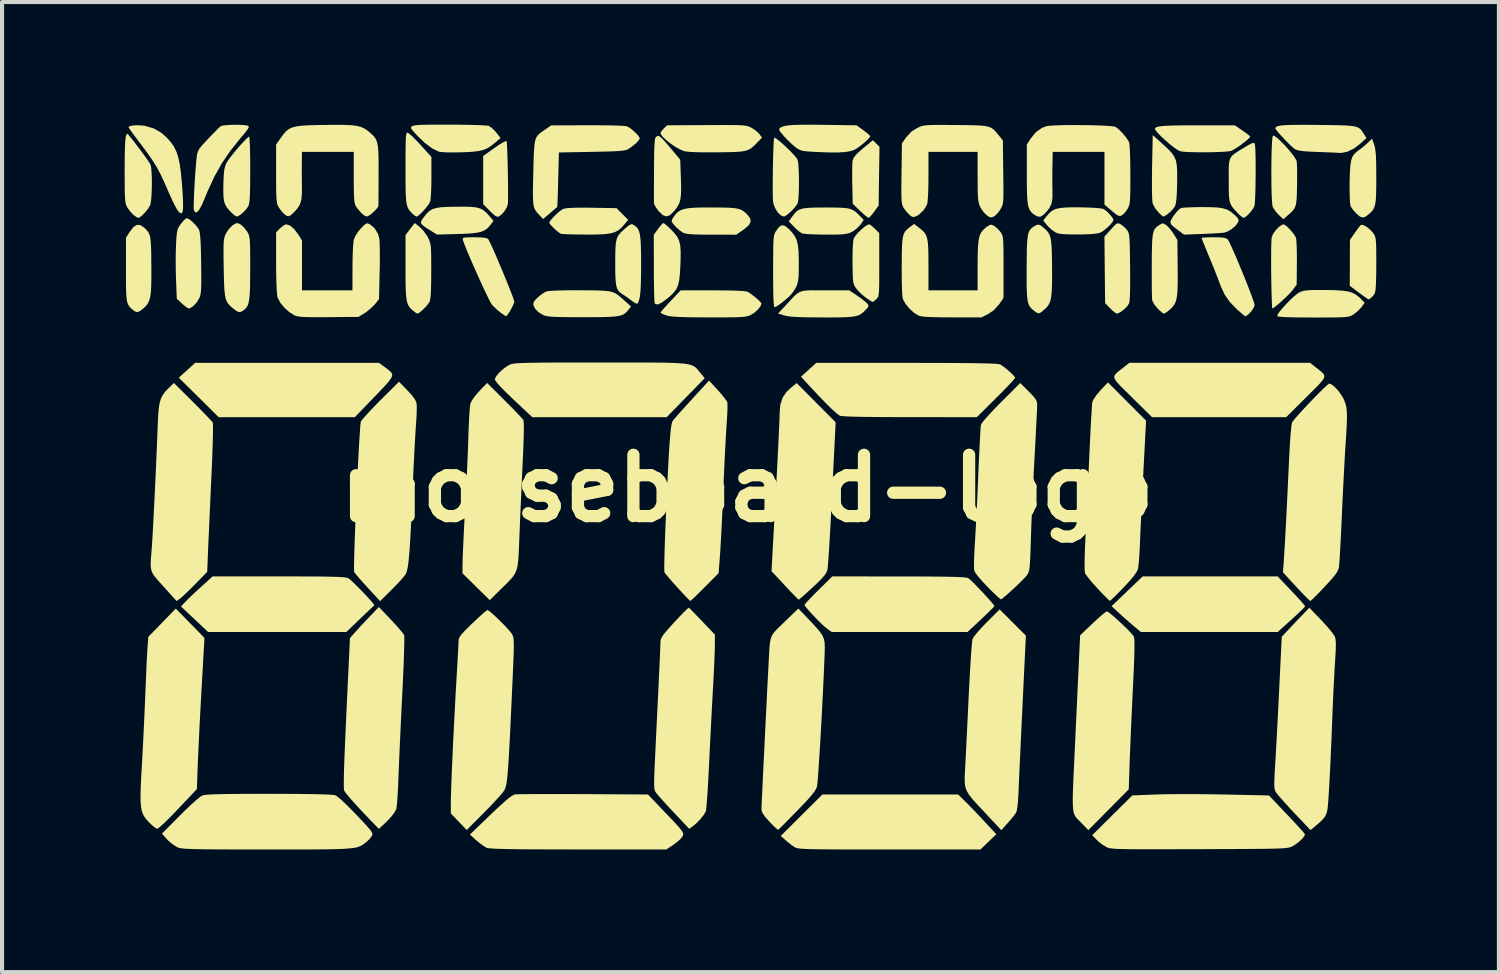
<source format=kicad_pcb>
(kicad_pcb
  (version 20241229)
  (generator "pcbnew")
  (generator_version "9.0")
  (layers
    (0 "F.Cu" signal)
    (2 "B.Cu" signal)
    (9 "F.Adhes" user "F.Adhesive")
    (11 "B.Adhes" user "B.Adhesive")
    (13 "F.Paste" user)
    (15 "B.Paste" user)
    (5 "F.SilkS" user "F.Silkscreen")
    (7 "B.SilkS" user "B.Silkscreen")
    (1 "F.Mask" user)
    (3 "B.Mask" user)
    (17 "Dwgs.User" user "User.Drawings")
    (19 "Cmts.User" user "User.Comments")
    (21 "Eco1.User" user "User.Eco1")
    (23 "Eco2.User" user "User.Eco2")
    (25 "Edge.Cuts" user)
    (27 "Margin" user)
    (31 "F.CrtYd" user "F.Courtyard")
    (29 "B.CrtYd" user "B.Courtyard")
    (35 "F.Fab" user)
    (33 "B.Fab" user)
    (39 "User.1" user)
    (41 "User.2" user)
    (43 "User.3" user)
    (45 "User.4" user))
  (footprint "morseboard-logo"
    (layer "F.Cu")
    (at 15.234 8.9)
    (property "Reference" "morseboard-logo" (at 0 0 0) (layer "F.SilkS") (effects (font (size 1.5 1.5) (thickness 0.3))))
    (attr board_only exclude_from_pos_files exclude_from_bom)
    (fp_poly (pts (xy -11.26 -3.071) (xy -9.01 -3.071) (xy -8.861 -2.961) (xy -8.781 -2.902) (xy -8.724 -2.853) (xy -8.692 -2.807) (xy -8.688 -2.756) (xy -8.715 -2.693) (xy -8.775 -2.611) (xy -8.872 -2.502) (xy -9.007 -2.359) (xy -9.125 -2.237) (xy -9.602 -1.742) (xy -11.267 -1.742) (xy -12.933 -1.742) (xy -13.421 -2.225) (xy -13.909 -2.708) (xy -13.709 -2.89) (xy -13.509 -3.072)) (stroke (width 0) (type solid)) (fill yes) (layer "F.SilkS"))
    (fp_poly (pts (xy 13.315 2.506) (xy 13.43 2.63) (xy 13.529 2.737) (xy 13.603 2.821) (xy 13.644 2.873) (xy 13.65 2.884) (xy 13.628 2.913) (xy 13.567 2.976) (xy 13.475 3.064) (xy 13.361 3.17) (xy 13.315 3.212) (xy 12.979 3.515) (xy 11.305 3.515) (xy 9.631 3.515) (xy 9.447 3.361) (xy 9.323 3.254) (xy 9.187 3.133) (xy 9.09 3.044) (xy 8.915 2.882) (xy 9.295 2.518) (xy 9.675 2.154) (xy 11.327 2.154) (xy 12.979 2.154)) (stroke (width 0) (type solid)) (fill yes) (layer "F.SilkS"))
    (fp_poly (pts (xy 3.155 -8.439) (xy 3.236 -8.358) (xy 3.225 -7.639) (xy 3.215 -6.92) (xy 3.106 -6.77) (xy 3.043 -6.689) (xy 2.992 -6.634) (xy 2.969 -6.619) (xy 2.934 -6.64) (xy 2.867 -6.694) (xy 2.781 -6.772) (xy 2.76 -6.791) (xy 2.581 -6.964) (xy 2.57 -7.444) (xy 2.568 -7.62) (xy 2.568 -7.782) (xy 2.57 -7.914) (xy 2.575 -8.003) (xy 2.578 -8.024) (xy 2.603 -8.088) (xy 2.659 -8.161) (xy 2.755 -8.254) (xy 2.835 -8.322) (xy 3.074 -8.52)) (stroke (width 0) (type solid)) (fill yes) (layer "F.SilkS"))
    (fp_poly (pts (xy 13.924 -2.951) (xy 14.011 -2.883) (xy 14.074 -2.83) (xy 14.112 -2.783) (xy 14.122 -2.735) (xy 14.101 -2.678) (xy 14.046 -2.605) (xy 13.956 -2.507) (xy 13.827 -2.378) (xy 13.678 -2.23) (xy 13.187 -1.742) (xy 11.546 -1.742) (xy 9.905 -1.742) (xy 9.418 -2.223) (xy 9.254 -2.385) (xy 9.129 -2.508) (xy 9.044 -2.601) (xy 8.995 -2.672) (xy 8.979 -2.728) (xy 8.995 -2.776) (xy 9.039 -2.826) (xy 9.111 -2.884) (xy 9.195 -2.95) (xy 9.349 -3.072) (xy 11.56 -3.072) (xy 13.771 -3.072)) (stroke (width 0) (type solid)) (fill yes) (layer "F.SilkS"))
    (fp_poly (pts (xy -5.883 -8.462) (xy -5.877 -8.373) (xy -5.872 -8.242) (xy -5.866 -8.079) (xy -5.861 -7.894) (xy -5.857 -7.698) (xy -5.854 -7.501) (xy -5.853 -7.315) (xy -5.853 -7.148) (xy -5.854 -7.012) (xy -5.856 -6.962) (xy -5.882 -6.878) (xy -5.942 -6.78) (xy -6.021 -6.694) (xy -6.079 -6.652) (xy -6.118 -6.646) (xy -6.169 -6.671) (xy -6.243 -6.734) (xy -6.297 -6.788) (xy -6.461 -6.954) (xy -6.461 -7.543) (xy -6.461 -8.133) (xy -6.188 -8.329) (xy -6.074 -8.406) (xy -5.978 -8.464) (xy -5.912 -8.496) (xy -5.889 -8.498)) (stroke (width 0) (type solid)) (fill yes) (layer "F.SilkS"))
    (fp_poly (pts (xy -6.747 -6.888) (xy -6.622 -6.873) (xy -6.527 -6.846) (xy -6.45 -6.803) (xy -6.38 -6.742) (xy -6.317 -6.673) (xy -6.208 -6.545) (xy -6.282 -6.449) (xy -6.345 -6.376) (xy -6.414 -6.322) (xy -6.498 -6.283) (xy -6.609 -6.256) (xy -6.757 -6.239) (xy -6.951 -6.228) (xy -7.087 -6.224) (xy -7.594 -6.211) (xy -7.748 -6.308) (xy -7.871 -6.386) (xy -7.947 -6.443) (xy -7.981 -6.487) (xy -7.981 -6.531) (xy -7.951 -6.584) (xy -7.925 -6.62) (xy -7.854 -6.713) (xy -7.785 -6.782) (xy -7.708 -6.83) (xy -7.611 -6.861) (xy -7.483 -6.88) (xy -7.312 -6.889) (xy -7.13 -6.892) (xy -6.912 -6.893)) (stroke (width 0) (type solid)) (fill yes) (layer "F.SilkS"))
    (fp_poly (pts (xy 5.338 7.664) (xy 5.431 7.757) (xy 5.55 7.881) (xy 5.681 8.019) (xy 5.805 8.151) (xy 6.094 8.462) (xy 5.9 8.649) (xy 5.707 8.836) (xy 3.479 8.836) (xy 3.049 8.836) (xy 2.677 8.836) (xy 2.36 8.835) (xy 2.093 8.834) (xy 1.87 8.832) (xy 1.688 8.83) (xy 1.543 8.827) (xy 1.429 8.823) (xy 1.342 8.818) (xy 1.277 8.812) (xy 1.23 8.805) (xy 1.197 8.796) (xy 1.172 8.786) (xy 1.156 8.777) (xy 1.073 8.719) (xy 0.977 8.642) (xy 0.941 8.611) (xy 0.82 8.504) (xy 1.329 7.997) (xy 1.838 7.49) (xy 3.499 7.49) (xy 5.16 7.49)) (stroke (width 0) (type solid)) (fill yes) (layer "F.SilkS"))
    (fp_poly (pts (xy 10.167 -8.424) (xy 10.293 -8.308) (xy 10.385 -8.21) (xy 10.449 -8.118) (xy 10.49 -8.018) (xy 10.512 -7.898) (xy 10.52 -7.744) (xy 10.52 -7.543) (xy 10.519 -7.476) (xy 10.513 -7.255) (xy 10.503 -7.091) (xy 10.488 -6.977) (xy 10.468 -6.907) (xy 10.465 -6.9) (xy 10.418 -6.835) (xy 10.346 -6.761) (xy 10.269 -6.697) (xy 10.205 -6.657) (xy 10.183 -6.651) (xy 10.148 -6.672) (xy 10.089 -6.726) (xy 10.053 -6.763) (xy 9.982 -6.853) (xy 9.93 -6.947) (xy 9.919 -6.977) (xy 9.912 -7.036) (xy 9.906 -7.149) (xy 9.903 -7.305) (xy 9.902 -7.495) (xy 9.904 -7.707) (xy 9.906 -7.862) (xy 9.922 -8.645)) (stroke (width 0) (type solid)) (fill yes) (layer "F.SilkS"))
    (fp_poly (pts (xy 15.067 -6.446) (xy 15.142 -6.408) (xy 15.225 -6.346) (xy 15.298 -6.271) (xy 15.321 -6.241) (xy 15.345 -6.202) (xy 15.363 -6.161) (xy 15.375 -6.109) (xy 15.384 -6.035) (xy 15.389 -5.931) (xy 15.391 -5.787) (xy 15.392 -5.594) (xy 15.392 -5.488) (xy 15.39 -5.217) (xy 15.384 -5.01) (xy 15.374 -4.865) (xy 15.36 -4.784) (xy 15.355 -4.772) (xy 15.307 -4.704) (xy 15.248 -4.648) (xy 15.202 -4.625) (xy 15.171 -4.642) (xy 15.103 -4.689) (xy 15.009 -4.758) (xy 14.964 -4.791) (xy 14.743 -4.957) (xy 14.745 -5.518) (xy 14.747 -6.079) (xy 14.868 -6.255) (xy 14.934 -6.347) (xy 14.987 -6.417) (xy 15.017 -6.448)) (stroke (width 0) (type solid)) (fill yes) (layer "F.SilkS"))
    (fp_poly (pts (xy -2.017 -6.472) (xy -1.951 -6.416) (xy -1.869 -6.338) (xy -1.858 -6.326) (xy -1.77 -6.232) (xy -1.706 -6.144) (xy -1.664 -6.05) (xy -1.639 -5.937) (xy -1.629 -5.794) (xy -1.63 -5.608) (xy -1.636 -5.453) (xy -1.648 -5.245) (xy -1.666 -5.087) (xy -1.694 -4.966) (xy -1.738 -4.87) (xy -1.804 -4.784) (xy -1.896 -4.696) (xy -1.965 -4.639) (xy -2.091 -4.546) (xy -2.182 -4.502) (xy -2.243 -4.507) (xy -2.265 -4.529) (xy -2.27 -4.568) (xy -2.275 -4.662) (xy -2.279 -4.802) (xy -2.282 -4.978) (xy -2.285 -5.183) (xy -2.285 -5.383) (xy -2.287 -6.204) (xy -2.183 -6.348) (xy -2.122 -6.427) (xy -2.072 -6.48) (xy -2.051 -6.493)) (stroke (width 0) (type solid)) (fill yes) (layer "F.SilkS"))
    (fp_poly (pts (xy -3.878 -6.868) (xy -3.805 -6.867) (xy -3.199 -6.857) (xy -3.056 -6.714) (xy -2.913 -6.571) (xy -3.009 -6.455) (xy -3.082 -6.374) (xy -3.158 -6.312) (xy -3.245 -6.268) (xy -3.354 -6.238) (xy -3.495 -6.22) (xy -3.678 -6.212) (xy -3.913 -6.21) (xy -3.945 -6.21) (xy -4.131 -6.212) (xy -4.297 -6.215) (xy -4.431 -6.219) (xy -4.524 -6.225) (xy -4.561 -6.23) (xy -4.61 -6.261) (xy -4.68 -6.318) (xy -4.753 -6.387) (xy -4.814 -6.451) (xy -4.844 -6.494) (xy -4.846 -6.5) (xy -4.823 -6.544) (xy -4.766 -6.613) (xy -4.688 -6.692) (xy -4.606 -6.767) (xy -4.532 -6.822) (xy -4.501 -6.839) (xy -4.431 -6.854) (xy -4.305 -6.864) (xy -4.122 -6.869)) (stroke (width 0) (type solid)) (fill yes) (layer "F.SilkS"))
    (fp_poly (pts (xy 9.108 -6.477) (xy 9.139 -6.461) (xy 9.221 -6.4) (xy 9.292 -6.324) (xy 9.313 -6.293) (xy 9.329 -6.258) (xy 9.341 -6.209) (xy 9.35 -6.139) (xy 9.356 -6.04) (xy 9.361 -5.904) (xy 9.364 -5.723) (xy 9.367 -5.488) (xy 9.368 -5.424) (xy 9.37 -5.139) (xy 9.369 -4.913) (xy 9.365 -4.741) (xy 9.358 -4.619) (xy 9.346 -4.543) (xy 9.34 -4.521) (xy 9.293 -4.452) (xy 9.218 -4.378) (xy 9.133 -4.314) (xy 9.06 -4.278) (xy 9.041 -4.276) (xy 9.002 -4.297) (xy 8.937 -4.351) (xy 8.882 -4.404) (xy 8.757 -4.532) (xy 8.748 -5.346) (xy 8.74 -6.16) (xy 8.896 -6.334) (xy 8.977 -6.423) (xy 9.03 -6.471) (xy 9.069 -6.487)) (stroke (width 0) (type solid)) (fill yes) (layer "F.SilkS"))
    (fp_poly (pts (xy 1.767 -4.846) (xy 1.898 -4.846) (xy 2.495 -4.846) (xy 2.682 -4.721) (xy 2.786 -4.648) (xy 2.875 -4.579) (xy 2.929 -4.53) (xy 2.963 -4.486) (xy 2.965 -4.451) (xy 2.93 -4.403) (xy 2.895 -4.366) (xy 2.841 -4.311) (xy 2.787 -4.269) (xy 2.725 -4.236) (xy 2.647 -4.213) (xy 2.544 -4.198) (xy 2.408 -4.188) (xy 2.231 -4.184) (xy 2.004 -4.182) (xy 1.83 -4.183) (xy 1.562 -4.185) (xy 1.35 -4.188) (xy 1.185 -4.195) (xy 1.061 -4.204) (xy 0.969 -4.217) (xy 0.907 -4.232) (xy 0.754 -4.279) (xy 0.952 -4.491) (xy 1.062 -4.611) (xy 1.147 -4.701) (xy 1.218 -4.764) (xy 1.286 -4.806) (xy 1.363 -4.831) (xy 1.461 -4.843) (xy 1.592 -4.847)) (stroke (width 0) (type solid)) (fill yes) (layer "F.SilkS"))
    (fp_poly (pts (xy -11.089 2.154) (xy -10.773 2.155) (xy -10.511 2.156) (xy -10.297 2.159) (xy -10.127 2.163) (xy -9.995 2.167) (xy -9.897 2.173) (xy -9.828 2.181) (xy -9.783 2.19) (xy -9.761 2.198) (xy -9.717 2.231) (xy -9.644 2.298) (xy -9.553 2.387) (xy -9.452 2.489) (xy -9.35 2.595) (xy -9.258 2.695) (xy -9.183 2.779) (xy -9.136 2.837) (xy -9.125 2.861) (xy -9.151 2.884) (xy -9.214 2.944) (xy -9.306 3.031) (xy -9.419 3.139) (xy -9.474 3.192) (xy -9.811 3.515) (xy -11.501 3.515) (xy -13.191 3.515) (xy -13.523 3.202) (xy -13.856 2.889) (xy -13.745 2.771) (xy -13.676 2.701) (xy -13.574 2.603) (xy -13.454 2.492) (xy -13.357 2.403) (xy -13.081 2.154) (xy -11.464 2.154)) (stroke (width 0) (type solid)) (fill yes) (layer "F.SilkS"))
    (fp_poly (pts (xy -0.86 -6.874) (xy -0.631 -6.872) (xy -0.455 -6.868) (xy -0.322 -6.858) (xy -0.223 -6.842) (xy -0.148 -6.817) (xy -0.087 -6.78) (xy -0.03 -6.73) (xy 0.012 -6.687) (xy 0.074 -6.601) (xy 0.084 -6.521) (xy 0.038 -6.44) (xy -0.065 -6.35) (xy -0.103 -6.322) (xy -0.27 -6.207) (xy -0.871 -6.208) (xy -1.097 -6.209) (xy -1.269 -6.213) (xy -1.394 -6.22) (xy -1.483 -6.23) (xy -1.544 -6.246) (xy -1.568 -6.256) (xy -1.648 -6.309) (xy -1.736 -6.388) (xy -1.766 -6.419) (xy -1.826 -6.49) (xy -1.849 -6.537) (xy -1.84 -6.579) (xy -1.817 -6.617) (xy -1.761 -6.698) (xy -1.701 -6.761) (xy -1.628 -6.807) (xy -1.535 -6.839) (xy -1.412 -6.859) (xy -1.249 -6.87) (xy -1.038 -6.874)) (stroke (width 0) (type solid)) (fill yes) (layer "F.SilkS"))
    (fp_poly (pts (xy 11.361 -6.88) (xy 11.523 -6.871) (xy 11.646 -6.852) (xy 11.744 -6.82) (xy 11.828 -6.772) (xy 11.911 -6.704) (xy 11.936 -6.682) (xy 12 -6.615) (xy 12.023 -6.567) (xy 12.013 -6.517) (xy 12.009 -6.509) (xy 11.946 -6.423) (xy 11.847 -6.34) (xy 11.736 -6.278) (xy 11.668 -6.257) (xy 11.603 -6.25) (xy 11.489 -6.243) (xy 11.342 -6.235) (xy 11.175 -6.227) (xy 11.132 -6.226) (xy 10.689 -6.209) (xy 10.546 -6.314) (xy 10.437 -6.397) (xy 10.374 -6.457) (xy 10.354 -6.511) (xy 10.371 -6.571) (xy 10.422 -6.654) (xy 10.436 -6.674) (xy 10.506 -6.765) (xy 10.575 -6.833) (xy 10.617 -6.86) (xy 10.674 -6.868) (xy 10.78 -6.875) (xy 10.923 -6.88) (xy 11.088 -6.883) (xy 11.148 -6.883)) (stroke (width 0) (type solid)) (fill yes) (layer "F.SilkS"))
    (fp_poly (pts (xy -14.847 -6.442) (xy -14.754 -6.378) (xy -14.702 -6.326) (xy -14.662 -6.278) (xy -14.632 -6.223) (xy -14.611 -6.154) (xy -14.598 -6.06) (xy -14.589 -5.934) (xy -14.584 -5.765) (xy -14.582 -5.546) (xy -14.581 -5.447) (xy -14.58 -5.185) (xy -14.583 -4.977) (xy -14.591 -4.816) (xy -14.607 -4.692) (xy -14.632 -4.598) (xy -14.667 -4.524) (xy -14.714 -4.462) (xy -14.776 -4.403) (xy -14.788 -4.393) (xy -14.873 -4.33) (xy -14.935 -4.313) (xy -14.996 -4.338) (xy -15.029 -4.364) (xy -15.081 -4.409) (xy -15.121 -4.452) (xy -15.151 -4.502) (xy -15.173 -4.566) (xy -15.187 -4.653) (xy -15.196 -4.771) (xy -15.2 -4.929) (xy -15.202 -5.135) (xy -15.202 -5.353) (xy -15.202 -6.132) (xy -15.108 -6.28) (xy -15.019 -6.395) (xy -14.934 -6.448)) (stroke (width 0) (type solid)) (fill yes) (layer "F.SilkS"))
    (fp_poly (pts (xy -7.362 -8.9) (xy -7.318 -8.9) (xy -7.08 -8.899) (xy -6.859 -8.896) (xy -6.665 -8.891) (xy -6.507 -8.886) (xy -6.392 -8.879) (xy -6.33 -8.872) (xy -6.325 -8.87) (xy -6.262 -8.829) (xy -6.184 -8.756) (xy -6.142 -8.707) (xy -6.036 -8.573) (xy -6.158 -8.468) (xy -6.262 -8.384) (xy -6.36 -8.322) (xy -6.464 -8.28) (xy -6.59 -8.252) (xy -6.749 -8.234) (xy -6.955 -8.224) (xy -6.999 -8.223) (xy -7.198 -8.22) (xy -7.364 -8.222) (xy -7.487 -8.23) (xy -7.553 -8.242) (xy -7.712 -8.321) (xy -7.887 -8.451) (xy -8.068 -8.625) (xy -8.14 -8.701) (xy -8.194 -8.762) (xy -8.224 -8.809) (xy -8.225 -8.844) (xy -8.194 -8.868) (xy -8.123 -8.884) (xy -8.01 -8.894) (xy -7.849 -8.898) (xy -7.634 -8.9)) (stroke (width 0) (type solid)) (fill yes) (layer "F.SilkS"))
    (fp_poly (pts (xy 13.17 -6.437) (xy 13.239 -6.378) (xy 13.313 -6.298) (xy 13.38 -6.214) (xy 13.423 -6.141) (xy 13.427 -6.133) (xy 13.435 -6.079) (xy 13.442 -5.973) (xy 13.447 -5.829) (xy 13.449 -5.657) (xy 13.449 -5.524) (xy 13.444 -4.986) (xy 13.349 -4.857) (xy 13.293 -4.791) (xy 13.211 -4.708) (xy 13.116 -4.617) (xy 13.019 -4.53) (xy 12.933 -4.458) (xy 12.871 -4.412) (xy 12.848 -4.402) (xy 12.843 -4.433) (xy 12.838 -4.518) (xy 12.833 -4.65) (xy 12.828 -4.82) (xy 12.824 -5.02) (xy 12.821 -5.218) (xy 12.819 -5.445) (xy 12.819 -5.657) (xy 12.82 -5.843) (xy 12.824 -5.994) (xy 12.828 -6.099) (xy 12.833 -6.144) (xy 12.868 -6.228) (xy 12.932 -6.318) (xy 13.01 -6.398) (xy 13.085 -6.45) (xy 13.123 -6.461)) (stroke (width 0) (type solid)) (fill yes) (layer "F.SilkS"))
    (fp_poly (pts (xy -8.011 -6.392) (xy -7.922 -6.302) (xy -7.839 -6.186) (xy -7.808 -6.131) (xy -7.782 -6.074) (xy -7.763 -6.021) (xy -7.749 -5.96) (xy -7.74 -5.883) (xy -7.735 -5.778) (xy -7.733 -5.636) (xy -7.732 -5.446) (xy -7.732 -5.306) (xy -7.734 -5.06) (xy -7.738 -4.871) (xy -7.745 -4.731) (xy -7.756 -4.634) (xy -7.77 -4.574) (xy -7.776 -4.558) (xy -7.82 -4.496) (xy -7.887 -4.421) (xy -7.962 -4.349) (xy -8.029 -4.295) (xy -8.069 -4.276) (xy -8.107 -4.294) (xy -8.168 -4.34) (xy -8.176 -4.347) (xy -8.23 -4.395) (xy -8.273 -4.445) (xy -8.305 -4.503) (xy -8.328 -4.579) (xy -8.344 -4.68) (xy -8.354 -4.814) (xy -8.359 -4.99) (xy -8.361 -5.215) (xy -8.361 -5.41) (xy -8.361 -6.198) (xy -8.249 -6.346) (xy -8.136 -6.493)) (stroke (width 0) (type solid)) (fill yes) (layer "F.SilkS"))
    (fp_poly (pts (xy -2.163 -8.622) (xy -2.121 -8.596) (xy -2.063 -8.54) (xy -1.98 -8.448) (xy -1.866 -8.314) (xy -1.845 -8.289) (xy -1.64 -8.042) (xy -1.623 -7.576) (xy -1.618 -7.364) (xy -1.621 -7.202) (xy -1.634 -7.078) (xy -1.662 -6.98) (xy -1.706 -6.894) (xy -1.769 -6.809) (xy -1.805 -6.767) (xy -1.897 -6.682) (xy -1.98 -6.654) (xy -2.064 -6.685) (xy -2.16 -6.775) (xy -2.167 -6.783) (xy -2.231 -6.869) (xy -2.274 -6.947) (xy -2.283 -6.981) (xy -2.283 -7.03) (xy -2.284 -7.133) (xy -2.283 -7.28) (xy -2.283 -7.461) (xy -2.282 -7.667) (xy -2.281 -7.807) (xy -2.279 -8.049) (xy -2.277 -8.236) (xy -2.272 -8.375) (xy -2.266 -8.473) (xy -2.258 -8.539) (xy -2.246 -8.579) (xy -2.23 -8.602) (xy -2.225 -8.606) (xy -2.195 -8.623)) (stroke (width 0) (type solid)) (fill yes) (layer "F.SilkS"))
    (fp_poly (pts (xy 2.134 -6.872) (xy 2.301 -6.867) (xy 2.426 -6.857) (xy 2.52 -6.838) (xy 2.593 -6.807) (xy 2.656 -6.764) (xy 2.72 -6.704) (xy 2.747 -6.676) (xy 2.85 -6.569) (xy 2.772 -6.455) (xy 2.693 -6.369) (xy 2.59 -6.292) (xy 2.556 -6.274) (xy 2.498 -6.249) (xy 2.436 -6.231) (xy 2.359 -6.219) (xy 2.255 -6.212) (xy 2.112 -6.21) (xy 1.919 -6.209) (xy 1.914 -6.209) (xy 1.737 -6.212) (xy 1.578 -6.217) (xy 1.45 -6.224) (xy 1.365 -6.233) (xy 1.341 -6.239) (xy 1.282 -6.276) (xy 1.202 -6.344) (xy 1.145 -6.4) (xy 1.016 -6.534) (xy 1.102 -6.653) (xy 1.158 -6.727) (xy 1.212 -6.782) (xy 1.274 -6.821) (xy 1.354 -6.847) (xy 1.462 -6.862) (xy 1.609 -6.87) (xy 1.805 -6.872) (xy 1.915 -6.873)) (stroke (width 0) (type solid)) (fill yes) (layer "F.SilkS"))
    (fp_poly (pts (xy 8.152 -6.877) (xy 8.341 -6.872) (xy 8.504 -6.864) (xy 8.63 -6.853) (xy 8.707 -6.84) (xy 8.722 -6.835) (xy 8.786 -6.789) (xy 8.858 -6.719) (xy 8.921 -6.644) (xy 8.958 -6.584) (xy 8.962 -6.569) (xy 8.939 -6.52) (xy 8.881 -6.45) (xy 8.801 -6.373) (xy 8.716 -6.304) (xy 8.64 -6.258) (xy 8.633 -6.254) (xy 8.547 -6.235) (xy 8.402 -6.221) (xy 8.202 -6.214) (xy 8.086 -6.213) (xy 7.897 -6.215) (xy 7.76 -6.219) (xy 7.662 -6.229) (xy 7.591 -6.244) (xy 7.536 -6.267) (xy 7.533 -6.269) (xy 7.446 -6.331) (xy 7.357 -6.415) (xy 7.336 -6.439) (xy 7.243 -6.554) (xy 7.325 -6.661) (xy 7.392 -6.738) (xy 7.463 -6.796) (xy 7.549 -6.836) (xy 7.661 -6.861) (xy 7.809 -6.874) (xy 8.003 -6.878)) (stroke (width 0) (type solid)) (fill yes) (layer "F.SilkS"))
    (fp_poly (pts (xy 15.341 -8.406) (xy 15.359 -8.337) (xy 15.373 -8.251) (xy 15.383 -8.138) (xy 15.389 -7.988) (xy 15.391 -7.791) (xy 15.392 -7.61) (xy 15.391 -7.371) (xy 15.387 -7.187) (xy 15.379 -7.048) (xy 15.363 -6.944) (xy 15.339 -6.866) (xy 15.304 -6.805) (xy 15.257 -6.752) (xy 15.201 -6.702) (xy 15.118 -6.642) (xy 15.052 -6.626) (xy 14.984 -6.656) (xy 14.905 -6.725) (xy 14.83 -6.806) (xy 14.775 -6.885) (xy 14.762 -6.911) (xy 14.752 -6.97) (xy 14.744 -7.079) (xy 14.74 -7.226) (xy 14.738 -7.396) (xy 14.739 -7.495) (xy 14.745 -7.716) (xy 14.756 -7.885) (xy 14.774 -8.01) (xy 14.803 -8.103) (xy 14.846 -8.173) (xy 14.905 -8.231) (xy 14.956 -8.269) (xy 15.045 -8.336) (xy 15.143 -8.419) (xy 15.174 -8.448) (xy 15.289 -8.556)) (stroke (width 0) (type solid)) (fill yes) (layer "F.SilkS"))
    (fp_poly (pts (xy 1.75 -8.897) (xy 1.907 -8.895) (xy 2.678 -8.884) (xy 2.843 -8.762) (xy 2.928 -8.696) (xy 2.988 -8.643) (xy 3.009 -8.616) (xy 2.985 -8.576) (xy 2.924 -8.512) (xy 2.84 -8.438) (xy 2.748 -8.365) (xy 2.662 -8.306) (xy 2.611 -8.279) (xy 2.512 -8.249) (xy 2.382 -8.229) (xy 2.213 -8.219) (xy 1.998 -8.22) (xy 1.728 -8.23) (xy 1.725 -8.23) (xy 1.555 -8.239) (xy 1.434 -8.249) (xy 1.35 -8.261) (xy 1.289 -8.281) (xy 1.236 -8.309) (xy 1.184 -8.345) (xy 1.095 -8.42) (xy 0.99 -8.521) (xy 0.904 -8.612) (xy 0.827 -8.702) (xy 0.787 -8.758) (xy 0.78 -8.792) (xy 0.799 -8.817) (xy 0.808 -8.824) (xy 0.853 -8.849) (xy 0.916 -8.868) (xy 1.004 -8.882) (xy 1.125 -8.892) (xy 1.285 -8.897) (xy 1.491 -8.899)) (stroke (width 0) (type solid)) (fill yes) (layer "F.SilkS"))
    (fp_poly (pts (xy 12.111 -8.76) (xy 12.204 -8.695) (xy 12.274 -8.641) (xy 12.306 -8.611) (xy 12.29 -8.582) (xy 12.235 -8.528) (xy 12.152 -8.461) (xy 12.057 -8.389) (xy 11.961 -8.324) (xy 11.878 -8.275) (xy 11.845 -8.259) (xy 11.781 -8.247) (xy 11.668 -8.237) (xy 11.518 -8.23) (xy 11.345 -8.225) (xy 11.162 -8.224) (xy 10.984 -8.225) (xy 10.822 -8.229) (xy 10.691 -8.236) (xy 10.604 -8.247) (xy 10.59 -8.25) (xy 10.527 -8.283) (xy 10.436 -8.346) (xy 10.331 -8.43) (xy 10.221 -8.525) (xy 10.119 -8.62) (xy 10.037 -8.705) (xy 9.987 -8.769) (xy 9.976 -8.795) (xy 9.985 -8.82) (xy 10.014 -8.839) (xy 10.071 -8.854) (xy 10.16 -8.866) (xy 10.287 -8.874) (xy 10.459 -8.88) (xy 10.681 -8.883) (xy 10.959 -8.884) (xy 11.041 -8.884) (xy 11.932 -8.884)) (stroke (width 0) (type solid)) (fill yes) (layer "F.SilkS"))
    (fp_poly (pts (xy -14.819 -8.881) (xy -14.735 -8.87) (xy -14.517 -8.805) (xy -14.331 -8.697) (xy -14.199 -8.577) (xy -14.104 -8.471) (xy -14.028 -8.362) (xy -13.968 -8.24) (xy -13.921 -8.098) (xy -13.885 -7.925) (xy -13.856 -7.712) (xy -13.832 -7.451) (xy -13.819 -7.268) (xy -13.807 -7.055) (xy -13.804 -6.899) (xy -13.81 -6.796) (xy -13.827 -6.742) (xy -13.855 -6.73) (xy -13.897 -6.756) (xy -13.926 -6.785) (xy -13.962 -6.84) (xy -14.016 -6.94) (xy -14.08 -7.074) (xy -14.149 -7.227) (xy -14.17 -7.275) (xy -14.27 -7.505) (xy -14.36 -7.695) (xy -14.451 -7.863) (xy -14.552 -8.025) (xy -14.672 -8.199) (xy -14.823 -8.402) (xy -14.851 -8.438) (xy -14.952 -8.572) (xy -15.037 -8.688) (xy -15.1 -8.776) (xy -15.134 -8.829) (xy -15.139 -8.839) (xy -15.11 -8.863) (xy -15.036 -8.879) (xy -14.933 -8.886)) (stroke (width 0) (type solid)) (fill yes) (layer "F.SilkS"))
    (fp_poly (pts (xy -8.308 -8.704) (xy -8.268 -8.677) (xy -8.195 -8.613) (xy -8.102 -8.519) (xy -7.997 -8.407) (xy -7.992 -8.402) (xy -7.728 -8.11) (xy -7.728 -7.604) (xy -7.73 -7.425) (xy -7.735 -7.264) (xy -7.743 -7.132) (xy -7.752 -7.043) (xy -7.758 -7.017) (xy -7.796 -6.95) (xy -7.86 -6.866) (xy -7.935 -6.779) (xy -8.009 -6.705) (xy -8.068 -6.659) (xy -8.09 -6.651) (xy -8.135 -6.672) (xy -8.196 -6.725) (xy -8.209 -6.738) (xy -8.252 -6.786) (xy -8.287 -6.833) (xy -8.313 -6.885) (xy -8.332 -6.952) (xy -8.345 -7.04) (xy -8.354 -7.158) (xy -8.359 -7.314) (xy -8.361 -7.515) (xy -8.361 -7.77) (xy -8.361 -7.839) (xy -8.361 -8.098) (xy -8.36 -8.3) (xy -8.357 -8.453) (xy -8.354 -8.562) (xy -8.348 -8.635) (xy -8.339 -8.679) (xy -8.328 -8.7) (xy -8.313 -8.705)) (stroke (width 0) (type solid)) (fill yes) (layer "F.SilkS"))
    (fp_poly (pts (xy -0.553 -4.844) (xy -0.323 -4.84) (xy -0.153 -4.832) (xy -0.042 -4.822) (xy 0.01 -4.809) (xy 0.084 -4.763) (xy 0.17 -4.698) (xy 0.253 -4.628) (xy 0.317 -4.566) (xy 0.348 -4.526) (xy 0.348 -4.522) (xy 0.323 -4.455) (xy 0.26 -4.374) (xy 0.173 -4.297) (xy 0.082 -4.241) (xy 0.039 -4.223) (xy -0.012 -4.21) (xy -0.076 -4.199) (xy -0.163 -4.192) (xy -0.281 -4.187) (xy -0.436 -4.185) (xy -0.639 -4.183) (xy -0.895 -4.183) (xy -0.934 -4.183) (xy -1.219 -4.185) (xy -1.448 -4.188) (xy -1.627 -4.193) (xy -1.764 -4.2) (xy -1.867 -4.21) (xy -1.942 -4.223) (xy -1.972 -4.231) (xy -2.058 -4.262) (xy -2.112 -4.289) (xy -2.121 -4.3) (xy -2.101 -4.331) (xy -2.045 -4.398) (xy -1.963 -4.489) (xy -1.875 -4.584) (xy -1.629 -4.846) (xy -0.844 -4.846)) (stroke (width 0) (type solid)) (fill yes) (layer "F.SilkS"))
    (fp_poly (pts (xy 12.412 -8.443) (xy 12.42 -8.426) (xy 12.428 -8.372) (xy 12.434 -8.267) (xy 12.438 -8.121) (xy 12.44 -7.947) (xy 12.44 -7.756) (xy 12.439 -7.559) (xy 12.436 -7.369) (xy 12.431 -7.196) (xy 12.425 -7.054) (xy 12.417 -6.952) (xy 12.409 -6.904) (xy 12.37 -6.834) (xy 12.307 -6.753) (xy 12.237 -6.68) (xy 12.175 -6.63) (xy 12.146 -6.619) (xy 12.106 -6.641) (xy 12.041 -6.695) (xy 11.999 -6.738) (xy 11.922 -6.82) (xy 11.866 -6.889) (xy 11.827 -6.955) (xy 11.802 -7.032) (xy 11.789 -7.131) (xy 11.783 -7.264) (xy 11.782 -7.443) (xy 11.782 -7.539) (xy 11.781 -7.74) (xy 11.784 -7.889) (xy 11.795 -7.998) (xy 11.821 -8.079) (xy 11.866 -8.142) (xy 11.936 -8.2) (xy 12.037 -8.265) (xy 12.162 -8.34) (xy 12.276 -8.408) (xy 12.349 -8.445) (xy 12.391 -8.456)) (stroke (width 0) (type solid)) (fill yes) (layer "F.SilkS"))
    (fp_poly (pts (xy 12.898 -8.624) (xy 12.963 -8.578) (xy 13.048 -8.501) (xy 13.143 -8.405) (xy 13.238 -8.299) (xy 13.326 -8.194) (xy 13.395 -8.099) (xy 13.437 -8.025) (xy 13.444 -8.002) (xy 13.45 -7.936) (xy 13.454 -7.82) (xy 13.455 -7.669) (xy 13.454 -7.496) (xy 13.453 -7.411) (xy 13.449 -7.214) (xy 13.442 -7.068) (xy 13.429 -6.961) (xy 13.405 -6.883) (xy 13.369 -6.82) (xy 13.315 -6.761) (xy 13.241 -6.694) (xy 13.233 -6.687) (xy 13.118 -6.586) (xy 13.005 -6.692) (xy 12.929 -6.776) (xy 12.871 -6.863) (xy 12.857 -6.891) (xy 12.846 -6.95) (xy 12.838 -7.059) (xy 12.831 -7.207) (xy 12.827 -7.385) (xy 12.825 -7.582) (xy 12.824 -7.787) (xy 12.826 -7.991) (xy 12.829 -8.183) (xy 12.835 -8.354) (xy 12.842 -8.492) (xy 12.851 -8.587) (xy 12.862 -8.63) (xy 12.862 -8.63)) (stroke (width 0) (type solid)) (fill yes) (layer "F.SilkS"))
    (fp_poly (pts (xy -12.358 -8.893) (xy -12.259 -8.883) (xy -12.216 -8.873) (xy -12.197 -8.857) (xy -12.201 -8.826) (xy -12.233 -8.773) (xy -12.298 -8.69) (xy -12.4 -8.569) (xy -12.647 -8.261) (xy -12.856 -7.953) (xy -13.039 -7.627) (xy -13.207 -7.263) (xy -13.273 -7.102) (xy -13.35 -6.925) (xy -13.416 -6.809) (xy -13.47 -6.754) (xy -13.514 -6.76) (xy -13.54 -6.81) (xy -13.544 -6.861) (xy -13.544 -6.963) (xy -13.539 -7.105) (xy -13.532 -7.275) (xy -13.522 -7.461) (xy -13.51 -7.652) (xy -13.496 -7.835) (xy -13.482 -8.001) (xy -13.471 -8.107) (xy -13.46 -8.184) (xy -13.441 -8.247) (xy -13.407 -8.309) (xy -13.349 -8.383) (xy -13.259 -8.482) (xy -13.194 -8.55) (xy -13.089 -8.66) (xy -12.995 -8.756) (xy -12.925 -8.826) (xy -12.89 -8.859) (xy -12.838 -8.876) (xy -12.741 -8.888) (xy -12.617 -8.895) (xy -12.483 -8.897)) (stroke (width 0) (type solid)) (fill yes) (layer "F.SilkS"))
    (fp_poly (pts (xy -12.181 -8.582) (xy -12.175 -8.499) (xy -12.169 -8.37) (xy -12.165 -8.202) (xy -12.162 -8.004) (xy -12.162 -7.808) (xy -12.162 -7.546) (xy -12.165 -7.341) (xy -12.169 -7.184) (xy -12.175 -7.069) (xy -12.185 -6.987) (xy -12.197 -6.932) (xy -12.208 -6.906) (xy -12.262 -6.828) (xy -12.338 -6.748) (xy -12.417 -6.684) (xy -12.482 -6.652) (xy -12.493 -6.651) (xy -12.535 -6.673) (xy -12.602 -6.729) (xy -12.662 -6.791) (xy -12.726 -6.865) (xy -12.771 -6.937) (xy -12.8 -7.019) (xy -12.815 -7.124) (xy -12.82 -7.264) (xy -12.818 -7.452) (xy -12.817 -7.49) (xy -12.81 -7.658) (xy -12.799 -7.778) (xy -12.78 -7.868) (xy -12.751 -7.945) (xy -12.736 -7.975) (xy -12.692 -8.043) (xy -12.62 -8.139) (xy -12.53 -8.249) (xy -12.433 -8.363) (xy -12.339 -8.467) (xy -12.259 -8.551) (xy -12.202 -8.601) (xy -12.189 -8.609)) (stroke (width 0) (type solid)) (fill yes) (layer "F.SilkS"))
    (fp_poly (pts (xy -0.338 -8.89) (xy -0.209 -8.887) (xy -0.114 -8.882) (xy -0.044 -8.874) (xy 0.009 -8.863) (xy 0.051 -8.849) (xy 0.091 -8.83) (xy 0.1 -8.826) (xy 0.197 -8.764) (xy 0.278 -8.693) (xy 0.297 -8.67) (xy 0.361 -8.583) (xy 0.236 -8.453) (xy 0.167 -8.384) (xy 0.105 -8.33) (xy 0.04 -8.29) (xy -0.036 -8.263) (xy -0.133 -8.244) (xy -0.262 -8.233) (xy -0.431 -8.227) (xy -0.65 -8.224) (xy -0.748 -8.223) (xy -1.023 -8.222) (xy -1.246 -8.226) (xy -1.414 -8.234) (xy -1.523 -8.247) (xy -1.549 -8.253) (xy -1.65 -8.295) (xy -1.767 -8.362) (xy -1.885 -8.444) (xy -1.991 -8.53) (xy -2.073 -8.61) (xy -2.118 -8.675) (xy -2.122 -8.695) (xy -2.101 -8.738) (xy -2.049 -8.799) (xy -2.04 -8.807) (xy -1.959 -8.884) (xy -0.997 -8.889) (xy -0.724 -8.89) (xy -0.507 -8.891)) (stroke (width 0) (type solid)) (fill yes) (layer "F.SilkS"))
    (fp_poly (pts (xy 0.705 -8.561) (xy 0.781 -8.504) (xy 0.876 -8.422) (xy 0.979 -8.326) (xy 1.077 -8.228) (xy 1.161 -8.138) (xy 1.217 -8.068) (xy 1.232 -8.039) (xy 1.247 -7.963) (xy 1.257 -7.84) (xy 1.263 -7.685) (xy 1.266 -7.514) (xy 1.264 -7.342) (xy 1.259 -7.186) (xy 1.249 -7.06) (xy 1.235 -6.981) (xy 1.234 -6.978) (xy 1.197 -6.917) (xy 1.131 -6.838) (xy 1.052 -6.759) (xy 0.974 -6.693) (xy 0.913 -6.655) (xy 0.897 -6.652) (xy 0.85 -6.667) (xy 0.818 -6.684) (xy 0.746 -6.753) (xy 0.681 -6.859) (xy 0.639 -6.976) (xy 0.63 -7.031) (xy 0.626 -7.126) (xy 0.624 -7.261) (xy 0.623 -7.426) (xy 0.625 -7.61) (xy 0.627 -7.804) (xy 0.631 -7.996) (xy 0.635 -8.177) (xy 0.641 -8.337) (xy 0.647 -8.465) (xy 0.653 -8.55) (xy 0.66 -8.583) (xy 0.66 -8.583)) (stroke (width 0) (type solid)) (fill yes) (layer "F.SilkS"))
    (fp_poly (pts (xy 0.915 -6.427) (xy 1.003 -6.36) (xy 1.018 -6.346) (xy 1.105 -6.253) (xy 1.17 -6.163) (xy 1.214 -6.064) (xy 1.241 -5.943) (xy 1.256 -5.787) (xy 1.261 -5.584) (xy 1.261 -5.513) (xy 1.261 -5.316) (xy 1.255 -5.17) (xy 1.241 -5.059) (xy 1.216 -4.97) (xy 1.177 -4.891) (xy 1.121 -4.807) (xy 1.096 -4.773) (xy 1.038 -4.708) (xy 0.953 -4.63) (xy 0.858 -4.552) (xy 0.768 -4.485) (xy 0.698 -4.443) (xy 0.67 -4.434) (xy 0.658 -4.453) (xy 0.649 -4.512) (xy 0.642 -4.616) (xy 0.637 -4.77) (xy 0.635 -4.977) (xy 0.633 -5.242) (xy 0.633 -5.309) (xy 0.634 -5.568) (xy 0.635 -5.772) (xy 0.637 -5.928) (xy 0.641 -6.045) (xy 0.648 -6.129) (xy 0.657 -6.19) (xy 0.67 -6.234) (xy 0.687 -6.27) (xy 0.7 -6.291) (xy 0.775 -6.394) (xy 0.843 -6.439)) (stroke (width 0) (type solid)) (fill yes) (layer "F.SilkS"))
    (fp_poly (pts (xy 3.023 -6.44) (xy 3.087 -6.387) (xy 3.123 -6.353) (xy 3.23 -6.245) (xy 3.23 -5.472) (xy 3.23 -5.231) (xy 3.229 -5.045) (xy 3.227 -4.907) (xy 3.223 -4.808) (xy 3.215 -4.74) (xy 3.204 -4.694) (xy 3.189 -4.664) (xy 3.169 -4.641) (xy 3.157 -4.629) (xy 3.102 -4.582) (xy 3.068 -4.561) (xy 3.068 -4.561) (xy 3.035 -4.578) (xy 2.968 -4.621) (xy 2.901 -4.668) (xy 2.798 -4.751) (xy 2.704 -4.846) (xy 2.665 -4.894) (xy 2.633 -4.941) (xy 2.611 -4.986) (xy 2.595 -5.042) (xy 2.586 -5.118) (xy 2.581 -5.228) (xy 2.578 -5.382) (xy 2.576 -5.507) (xy 2.576 -5.686) (xy 2.58 -5.851) (xy 2.588 -5.987) (xy 2.597 -6.08) (xy 2.603 -6.106) (xy 2.641 -6.173) (xy 2.71 -6.256) (xy 2.797 -6.34) (xy 2.884 -6.411) (xy 2.956 -6.454) (xy 2.983 -6.461)) (stroke (width 0) (type solid)) (fill yes) (layer "F.SilkS"))
    (fp_poly (pts (xy 10.194 -6.479) (xy 10.255 -6.439) (xy 10.322 -6.375) (xy 10.396 -6.281) (xy 10.433 -6.227) (xy 10.525 -6.078) (xy 10.532 -5.391) (xy 10.534 -5.134) (xy 10.531 -4.932) (xy 10.523 -4.776) (xy 10.508 -4.657) (xy 10.484 -4.566) (xy 10.449 -4.495) (xy 10.402 -4.434) (xy 10.341 -4.376) (xy 10.336 -4.371) (xy 10.265 -4.314) (xy 10.21 -4.28) (xy 10.197 -4.276) (xy 10.159 -4.296) (xy 10.095 -4.35) (xy 10.045 -4.397) (xy 9.972 -4.484) (xy 9.921 -4.571) (xy 9.908 -4.611) (xy 9.905 -4.668) (xy 9.901 -4.778) (xy 9.899 -4.932) (xy 9.898 -5.118) (xy 9.898 -5.328) (xy 9.898 -5.469) (xy 9.9 -5.725) (xy 9.904 -5.926) (xy 9.91 -6.079) (xy 9.922 -6.194) (xy 9.94 -6.277) (xy 9.966 -6.338) (xy 10.002 -6.383) (xy 10.049 -6.422) (xy 10.089 -6.449) (xy 10.149 -6.482)) (stroke (width 0) (type solid)) (fill yes) (layer "F.SilkS"))
    (fp_poly (pts (xy -13.676 -6.598) (xy -13.605 -6.548) (xy -13.528 -6.476) (xy -13.458 -6.396) (xy -13.412 -6.321) (xy -13.41 -6.318) (xy -13.395 -6.251) (xy -13.382 -6.131) (xy -13.372 -5.956) (xy -13.365 -5.722) (xy -13.362 -5.494) (xy -13.359 -5.256) (xy -13.359 -5.073) (xy -13.361 -4.935) (xy -13.366 -4.833) (xy -13.375 -4.759) (xy -13.388 -4.704) (xy -13.405 -4.658) (xy -13.411 -4.647) (xy -13.473 -4.547) (xy -13.551 -4.464) (xy -13.627 -4.412) (xy -13.665 -4.402) (xy -13.708 -4.422) (xy -13.777 -4.474) (xy -13.83 -4.521) (xy -13.958 -4.64) (xy -13.977 -5.124) (xy -13.983 -5.333) (xy -13.985 -5.557) (xy -13.983 -5.773) (xy -13.977 -5.953) (xy -13.976 -5.975) (xy -13.967 -6.135) (xy -13.956 -6.246) (xy -13.941 -6.324) (xy -13.918 -6.383) (xy -13.883 -6.439) (xy -13.859 -6.47) (xy -13.796 -6.547) (xy -13.743 -6.598) (xy -13.724 -6.61)) (stroke (width 0) (type solid)) (fill yes) (layer "F.SilkS"))
    (fp_poly (pts (xy -2.769 -6.441) (xy -2.769 -6.44) (xy -2.717 -6.401) (xy -2.676 -6.353) (xy -2.646 -6.289) (xy -2.625 -6.201) (xy -2.61 -6.08) (xy -2.602 -5.92) (xy -2.598 -5.711) (xy -2.597 -5.471) (xy -2.599 -5.198) (xy -2.604 -4.981) (xy -2.613 -4.814) (xy -2.628 -4.69) (xy -2.648 -4.601) (xy -2.675 -4.541) (xy -2.69 -4.521) (xy -2.724 -4.525) (xy -2.787 -4.562) (xy -2.82 -4.587) (xy -2.92 -4.662) (xy -3.026 -4.734) (xy -3.043 -4.744) (xy -3.106 -4.787) (xy -3.154 -4.835) (xy -3.187 -4.897) (xy -3.209 -4.983) (xy -3.222 -5.103) (xy -3.229 -5.265) (xy -3.23 -5.48) (xy -3.23 -5.514) (xy -3.229 -5.732) (xy -3.224 -5.898) (xy -3.212 -6.023) (xy -3.189 -6.117) (xy -3.153 -6.192) (xy -3.099 -6.258) (xy -3.026 -6.327) (xy -2.988 -6.36) (xy -2.905 -6.429) (xy -2.851 -6.461) (xy -2.812 -6.463)) (stroke (width 0) (type solid)) (fill yes) (layer "F.SilkS"))
    (fp_poly (pts (xy 3.909 -3.071) (xy 4.365 -3.07) (xy 4.762 -3.069) (xy 5.103 -3.068) (xy 5.39 -3.065) (xy 5.628 -3.062) (xy 5.819 -3.059) (xy 5.967 -3.054) (xy 6.075 -3.048) (xy 6.148 -3.042) (xy 6.187 -3.034) (xy 6.194 -3.031) (xy 6.269 -2.98) (xy 6.357 -2.911) (xy 6.443 -2.835) (xy 6.512 -2.767) (xy 6.552 -2.719) (xy 6.556 -2.708) (xy 6.534 -2.676) (xy 6.474 -2.607) (xy 6.382 -2.509) (xy 6.264 -2.387) (xy 6.128 -2.249) (xy 6.086 -2.208) (xy 5.617 -1.742) (xy 3.972 -1.743) (xy 3.553 -1.744) (xy 3.196 -1.746) (xy 2.899 -1.749) (xy 2.66 -1.753) (xy 2.479 -1.759) (xy 2.353 -1.766) (xy 2.281 -1.774) (xy 2.264 -1.779) (xy 2.188 -1.834) (xy 2.073 -1.937) (xy 1.922 -2.086) (xy 1.736 -2.279) (xy 1.605 -2.419) (xy 1.315 -2.732) (xy 1.502 -2.902) (xy 1.689 -3.072)) (stroke (width 0) (type solid)) (fill yes) (layer "F.SilkS"))
    (fp_poly (pts (xy 14.134 -4.854) (xy 14.146 -4.854) (xy 14.379 -4.85) (xy 14.56 -4.839) (xy 14.7 -4.819) (xy 14.809 -4.786) (xy 14.899 -4.737) (xy 14.981 -4.671) (xy 15.022 -4.63) (xy 15.107 -4.541) (xy 15.027 -4.432) (xy 14.943 -4.342) (xy 14.844 -4.262) (xy 14.829 -4.252) (xy 14.791 -4.231) (xy 14.753 -4.214) (xy 14.706 -4.202) (xy 14.641 -4.193) (xy 14.55 -4.187) (xy 14.427 -4.183) (xy 14.262 -4.182) (xy 14.048 -4.181) (xy 13.85 -4.181) (xy 13.549 -4.182) (xy 13.311 -4.186) (xy 13.135 -4.192) (xy 13.021 -4.201) (xy 12.97 -4.212) (xy 12.968 -4.214) (xy 12.978 -4.253) (xy 13.025 -4.323) (xy 13.1 -4.413) (xy 13.191 -4.514) (xy 13.289 -4.614) (xy 13.385 -4.703) (xy 13.467 -4.769) (xy 13.506 -4.794) (xy 13.559 -4.817) (xy 13.617 -4.834) (xy 13.692 -4.845) (xy 13.796 -4.852) (xy 13.939 -4.854)) (stroke (width 0) (type solid)) (fill yes) (layer "F.SilkS"))
    (fp_poly (pts (xy -15.143 -8.654) (xy -15.089 -8.589) (xy -15.014 -8.495) (xy -14.927 -8.382) (xy -14.836 -8.26) (xy -14.749 -8.142) (xy -14.676 -8.038) (xy -14.623 -7.959) (xy -14.604 -7.928) (xy -14.587 -7.861) (xy -14.576 -7.746) (xy -14.569 -7.599) (xy -14.568 -7.436) (xy -14.572 -7.271) (xy -14.58 -7.121) (xy -14.594 -7.001) (xy -14.611 -6.927) (xy -14.656 -6.849) (xy -14.724 -6.763) (xy -14.798 -6.686) (xy -14.864 -6.633) (xy -14.899 -6.619) (xy -14.944 -6.638) (xy -15.01 -6.684) (xy -15.018 -6.691) (xy -15.092 -6.768) (xy -15.161 -6.862) (xy -15.168 -6.873) (xy -15.189 -6.912) (xy -15.205 -6.954) (xy -15.216 -7.01) (xy -15.224 -7.087) (xy -15.229 -7.195) (xy -15.232 -7.341) (xy -15.233 -7.535) (xy -15.234 -7.732) (xy -15.233 -8.015) (xy -15.23 -8.239) (xy -15.224 -8.412) (xy -15.216 -8.536) (xy -15.204 -8.619) (xy -15.189 -8.664) (xy -15.17 -8.678)) (stroke (width 0) (type solid)) (fill yes) (layer "F.SilkS"))
    (fp_poly (pts (xy -4.089 -4.847) (xy -3.843 -4.846) (xy -3.65 -4.843) (xy -3.502 -4.836) (xy -3.388 -4.824) (xy -3.3 -4.804) (xy -3.228 -4.774) (xy -3.162 -4.731) (xy -3.094 -4.675) (xy -3.013 -4.603) (xy -2.844 -4.45) (xy -2.91 -4.367) (xy -2.953 -4.316) (xy -2.999 -4.276) (xy -3.055 -4.246) (xy -3.129 -4.223) (xy -3.229 -4.207) (xy -3.362 -4.197) (xy -3.536 -4.191) (xy -3.758 -4.189) (xy -4.028 -4.188) (xy -4.288 -4.189) (xy -4.492 -4.191) (xy -4.649 -4.194) (xy -4.768 -4.199) (xy -4.855 -4.207) (xy -4.92 -4.219) (xy -4.97 -4.233) (xy -4.997 -4.244) (xy -5.106 -4.31) (xy -5.188 -4.393) (xy -5.232 -4.478) (xy -5.23 -4.552) (xy -5.228 -4.556) (xy -5.169 -4.632) (xy -5.076 -4.716) (xy -4.974 -4.788) (xy -4.911 -4.82) (xy -4.854 -4.83) (xy -4.743 -4.837) (xy -4.585 -4.843) (xy -4.39 -4.847) (xy -4.166 -4.848)) (stroke (width 0) (type solid)) (fill yes) (layer "F.SilkS"))
    (fp_poly (pts (xy 3.709 2.155) (xy 4.094 2.155) (xy 4.42 2.157) (xy 4.692 2.159) (xy 4.913 2.162) (xy 5.087 2.166) (xy 5.22 2.172) (xy 5.315 2.178) (xy 5.376 2.186) (xy 5.408 2.196) (xy 5.409 2.196) (xy 5.451 2.23) (xy 5.523 2.298) (xy 5.614 2.391) (xy 5.716 2.498) (xy 5.819 2.608) (xy 5.913 2.712) (xy 5.989 2.799) (xy 6.037 2.859) (xy 6.049 2.88) (xy 6.027 2.907) (xy 5.966 2.968) (xy 5.876 3.057) (xy 5.764 3.164) (xy 5.719 3.207) (xy 5.389 3.515) (xy 3.729 3.515) (xy 2.068 3.515) (xy 1.942 3.424) (xy 1.878 3.371) (xy 1.792 3.289) (xy 1.693 3.189) (xy 1.593 3.085) (xy 1.504 2.987) (xy 1.436 2.907) (xy 1.402 2.859) (xy 1.401 2.856) (xy 1.419 2.826) (xy 1.476 2.761) (xy 1.563 2.669) (xy 1.672 2.557) (xy 1.737 2.493) (xy 2.081 2.154)) (stroke (width 0) (type solid)) (fill yes) (layer "F.SilkS"))
    (fp_poly (pts (xy 11.559 -6.142) (xy 11.656 -6.134) (xy 11.717 -6.118) (xy 11.755 -6.092) (xy 11.758 -6.089) (xy 11.787 -6.041) (xy 11.834 -5.944) (xy 11.895 -5.808) (xy 11.967 -5.644) (xy 12.044 -5.46) (xy 12.124 -5.268) (xy 12.201 -5.077) (xy 12.272 -4.896) (xy 12.333 -4.736) (xy 12.38 -4.607) (xy 12.408 -4.519) (xy 12.415 -4.485) (xy 12.394 -4.424) (xy 12.344 -4.347) (xy 12.279 -4.273) (xy 12.217 -4.223) (xy 12.187 -4.212) (xy 12.155 -4.232) (xy 12.09 -4.286) (xy 12.003 -4.363) (xy 11.972 -4.391) (xy 11.805 -4.564) (xy 11.683 -4.739) (xy 11.589 -4.939) (xy 11.564 -5.007) (xy 11.531 -5.097) (xy 11.479 -5.23) (xy 11.415 -5.392) (xy 11.344 -5.566) (xy 11.311 -5.646) (xy 11.245 -5.805) (xy 11.189 -5.943) (xy 11.146 -6.049) (xy 11.121 -6.114) (xy 11.116 -6.128) (xy 11.146 -6.135) (xy 11.225 -6.141) (xy 11.339 -6.144) (xy 11.412 -6.144)) (stroke (width 0) (type solid)) (fill yes) (layer "F.SilkS"))
    (fp_poly (pts (xy 13.902 -8.894) (xy 13.96 -8.893) (xy 14.237 -8.89) (xy 14.459 -8.886) (xy 14.631 -8.881) (xy 14.762 -8.871) (xy 14.86 -8.857) (xy 14.93 -8.837) (xy 14.981 -8.809) (xy 15.021 -8.772) (xy 15.055 -8.724) (xy 15.083 -8.68) (xy 15.15 -8.572) (xy 14.989 -8.424) (xy 14.838 -8.311) (xy 14.679 -8.236) (xy 14.528 -8.207) (xy 14.483 -8.209) (xy 14.433 -8.212) (xy 14.331 -8.217) (xy 14.192 -8.223) (xy 14.028 -8.23) (xy 13.951 -8.232) (xy 13.756 -8.241) (xy 13.614 -8.251) (xy 13.514 -8.264) (xy 13.445 -8.281) (xy 13.398 -8.304) (xy 13.392 -8.307) (xy 13.335 -8.354) (xy 13.256 -8.429) (xy 13.166 -8.52) (xy 13.077 -8.616) (xy 12.998 -8.704) (xy 12.943 -8.772) (xy 12.922 -8.808) (xy 12.922 -8.809) (xy 12.93 -8.835) (xy 12.959 -8.856) (xy 13.015 -8.872) (xy 13.104 -8.884) (xy 13.231 -8.891) (xy 13.402 -8.895) (xy 13.624 -8.896)) (stroke (width 0) (type solid)) (fill yes) (layer "F.SilkS"))
    (fp_poly (pts (xy -6.502 -6.14) (xy -6.392 -6.126) (xy -6.341 -6.105) (xy -6.314 -6.057) (xy -6.268 -5.961) (xy -6.208 -5.828) (xy -6.137 -5.666) (xy -6.061 -5.487) (xy -5.982 -5.3) (xy -5.906 -5.115) (xy -5.836 -4.942) (xy -5.776 -4.79) (xy -5.731 -4.671) (xy -5.705 -4.593) (xy -5.701 -4.57) (xy -5.715 -4.517) (xy -5.752 -4.436) (xy -5.8 -4.347) (xy -5.85 -4.269) (xy -5.89 -4.22) (xy -5.903 -4.212) (xy -5.932 -4.229) (xy -5.995 -4.272) (xy -6.042 -4.305) (xy -6.139 -4.386) (xy -6.229 -4.475) (xy -6.253 -4.503) (xy -6.285 -4.556) (xy -6.336 -4.658) (xy -6.404 -4.797) (xy -6.482 -4.964) (xy -6.566 -5.149) (xy -6.653 -5.342) (xy -6.737 -5.532) (xy -6.813 -5.71) (xy -6.878 -5.865) (xy -6.926 -5.987) (xy -6.954 -6.065) (xy -6.956 -6.073) (xy -6.962 -6.106) (xy -6.952 -6.127) (xy -6.915 -6.138) (xy -6.84 -6.143) (xy -6.715 -6.144) (xy -6.674 -6.144)) (stroke (width 0) (type solid)) (fill yes) (layer "F.SilkS"))
    (fp_poly (pts (xy -3.159 -3.08) (xy -2.788 -3.08) (xy -2.472 -3.08) (xy -2.205 -3.078) (xy -1.982 -3.075) (xy -1.799 -3.069) (xy -1.651 -3.061) (xy -1.533 -3.051) (xy -1.442 -3.036) (xy -1.371 -3.018) (xy -1.316 -2.995) (xy -1.273 -2.967) (xy -1.237 -2.934) (xy -1.203 -2.895) (xy -1.167 -2.849) (xy -1.148 -2.827) (xy -1.041 -2.696) (xy -1.506 -2.219) (xy -1.972 -1.742) (xy -3.616 -1.742) (xy -5.26 -1.742) (xy -5.718 -2.172) (xy -5.903 -2.35) (xy -6.041 -2.49) (xy -6.131 -2.592) (xy -6.173 -2.655) (xy -6.176 -2.668) (xy -6.151 -2.731) (xy -6.087 -2.813) (xy -5.997 -2.9) (xy -5.896 -2.978) (xy -5.799 -3.033) (xy -5.798 -3.033) (xy -5.769 -3.043) (xy -5.725 -3.051) (xy -5.664 -3.058) (xy -5.581 -3.064) (xy -5.47 -3.069) (xy -5.327 -3.073) (xy -5.148 -3.075) (xy -4.929 -3.078) (xy -4.664 -3.079) (xy -4.349 -3.08) (xy -3.979 -3.08) (xy -3.588 -3.08)) (stroke (width 0) (type solid)) (fill yes) (layer "F.SilkS"))
    (fp_poly (pts (xy 7.201 -6.419) (xy 7.251 -6.378) (xy 7.313 -6.323) (xy 7.361 -6.269) (xy 7.396 -6.206) (xy 7.422 -6.127) (xy 7.438 -6.022) (xy 7.449 -5.882) (xy 7.455 -5.698) (xy 7.458 -5.462) (xy 7.458 -5.4) (xy 7.459 -5.141) (xy 7.456 -4.937) (xy 7.448 -4.78) (xy 7.433 -4.659) (xy 7.41 -4.567) (xy 7.376 -4.496) (xy 7.331 -4.435) (xy 7.272 -4.378) (xy 7.264 -4.371) (xy 7.188 -4.307) (xy 7.138 -4.283) (xy 7.09 -4.296) (xy 7.023 -4.342) (xy 7.022 -4.343) (xy 6.967 -4.387) (xy 6.924 -4.433) (xy 6.891 -4.488) (xy 6.867 -4.561) (xy 6.852 -4.659) (xy 6.842 -4.79) (xy 6.837 -4.963) (xy 6.836 -5.186) (xy 6.837 -5.391) (xy 6.839 -5.656) (xy 6.842 -5.865) (xy 6.849 -6.026) (xy 6.861 -6.148) (xy 6.878 -6.237) (xy 6.903 -6.301) (xy 6.936 -6.348) (xy 6.98 -6.386) (xy 7.012 -6.409) (xy 7.084 -6.449) (xy 7.139 -6.453)) (stroke (width 0) (type solid)) (fill yes) (layer "F.SilkS"))
    (fp_poly (pts (xy -13.632 3.299) (xy -13.281 3.658) (xy -13.352 4.909) (xy -13.369 5.215) (xy -13.386 5.527) (xy -13.402 5.834) (xy -13.416 6.124) (xy -13.429 6.385) (xy -13.439 6.605) (xy -13.445 6.759) (xy -13.467 7.358) (xy -13.926 7.844) (xy -14.065 7.989) (xy -14.192 8.116) (xy -14.299 8.22) (xy -14.381 8.292) (xy -14.428 8.327) (xy -14.435 8.329) (xy -14.481 8.308) (xy -14.554 8.251) (xy -14.635 8.174) (xy -14.698 8.105) (xy -14.749 8.038) (xy -14.789 7.966) (xy -14.817 7.882) (xy -14.835 7.778) (xy -14.844 7.647) (xy -14.845 7.481) (xy -14.839 7.273) (xy -14.826 7.016) (xy -14.811 6.752) (xy -14.795 6.457) (xy -14.778 6.129) (xy -14.761 5.787) (xy -14.746 5.454) (xy -14.733 5.151) (xy -14.727 5.004) (xy -14.717 4.763) (xy -14.707 4.527) (xy -14.698 4.309) (xy -14.688 4.121) (xy -14.68 3.975) (xy -14.675 3.899) (xy -14.655 3.633) (xy -14.319 3.287) (xy -13.983 2.941)) (stroke (width 0) (type solid)) (fill yes) (layer "F.SilkS"))
    (fp_poly (pts (xy -12.404 -6.464) (xy -12.322 -6.392) (xy -12.241 -6.29) (xy -12.228 -6.268) (xy -12.207 -6.231) (xy -12.191 -6.189) (xy -12.18 -6.136) (xy -12.171 -6.061) (xy -12.166 -5.957) (xy -12.163 -5.815) (xy -12.162 -5.626) (xy -12.162 -5.389) (xy -12.163 -5.12) (xy -12.166 -4.907) (xy -12.174 -4.741) (xy -12.187 -4.616) (xy -12.206 -4.524) (xy -12.233 -4.456) (xy -12.27 -4.406) (xy -12.316 -4.365) (xy -12.331 -4.354) (xy -12.393 -4.318) (xy -12.446 -4.315) (xy -12.51 -4.348) (xy -12.583 -4.405) (xy -12.648 -4.461) (xy -12.698 -4.515) (xy -12.736 -4.575) (xy -12.764 -4.651) (xy -12.782 -4.751) (xy -12.795 -4.884) (xy -12.803 -5.059) (xy -12.808 -5.284) (xy -12.81 -5.393) (xy -12.814 -5.624) (xy -12.815 -5.801) (xy -12.814 -5.934) (xy -12.81 -6.031) (xy -12.801 -6.103) (xy -12.788 -6.157) (xy -12.77 -6.205) (xy -12.759 -6.231) (xy -12.692 -6.336) (xy -12.609 -6.424) (xy -12.524 -6.48) (xy -12.473 -6.491)) (stroke (width 0) (type solid)) (fill yes) (layer "F.SilkS"))
    (fp_poly (pts (xy -4.369 7.479) (xy -4.058 7.481) (xy -4.01 7.481) (xy -2.429 7.49) (xy -2.036 7.902) (xy -1.874 8.071) (xy -1.752 8.201) (xy -1.665 8.298) (xy -1.608 8.37) (xy -1.576 8.421) (xy -1.566 8.46) (xy -1.572 8.493) (xy -1.59 8.525) (xy -1.596 8.535) (xy -1.65 8.595) (xy -1.737 8.669) (xy -1.813 8.725) (xy -1.979 8.836) (xy -4.133 8.835) (xy -4.574 8.834) (xy -4.956 8.833) (xy -5.283 8.832) (xy -5.558 8.83) (xy -5.786 8.827) (xy -5.971 8.823) (xy -6.117 8.819) (xy -6.227 8.813) (xy -6.305 8.807) (xy -6.357 8.799) (xy -6.382 8.792) (xy -6.456 8.748) (xy -6.552 8.677) (xy -6.631 8.61) (xy -6.786 8.47) (xy -6.286 7.988) (xy -6.1 7.812) (xy -5.953 7.678) (xy -5.841 7.582) (xy -5.758 7.522) (xy -5.7 7.492) (xy -5.688 7.489) (xy -5.638 7.486) (xy -5.53 7.483) (xy -5.373 7.481) (xy -5.171 7.479) (xy -4.933 7.479) (xy -4.663 7.479)) (stroke (width 0) (type solid)) (fill yes) (layer "F.SilkS"))
    (fp_poly (pts (xy 1.686 -2.097) (xy 2.163 -1.617) (xy 2.144 -1.228) (xy 2.138 -1.111) (xy 2.13 -0.94) (xy 2.119 -0.724) (xy 2.106 -0.472) (xy 2.092 -0.193) (xy 2.078 0.103) (xy 2.062 0.407) (xy 2.057 0.523) (xy 2.041 0.815) (xy 2.026 1.09) (xy 2.011 1.343) (xy 1.997 1.565) (xy 1.984 1.75) (xy 1.973 1.89) (xy 1.964 1.977) (xy 1.96 2) (xy 1.936 2.061) (xy 1.888 2.132) (xy 1.809 2.221) (xy 1.693 2.336) (xy 1.603 2.42) (xy 1.484 2.529) (xy 1.382 2.621) (xy 1.306 2.687) (xy 1.264 2.721) (xy 1.26 2.724) (xy 1.234 2.702) (xy 1.173 2.641) (xy 1.085 2.55) (xy 0.977 2.437) (xy 0.919 2.374) (xy 0.594 2.025) (xy 0.693 0.213) (xy 0.712 -0.128) (xy 0.729 -0.456) (xy 0.745 -0.765) (xy 0.759 -1.049) (xy 0.771 -1.299) (xy 0.781 -1.511) (xy 0.788 -1.677) (xy 0.792 -1.791) (xy 0.792 -1.835) (xy 0.809 -2.047) (xy 0.865 -2.22) (xy 0.966 -2.366) (xy 1.067 -2.461) (xy 1.209 -2.577)) (stroke (width 0) (type solid)) (fill yes) (layer "F.SilkS"))
    (fp_poly (pts (xy 6.497 3.283) (xy 6.818 3.604) (xy 6.734 5.341) (xy 6.718 5.682) (xy 6.702 6.014) (xy 6.687 6.332) (xy 6.673 6.627) (xy 6.661 6.892) (xy 6.651 7.119) (xy 6.643 7.302) (xy 6.638 7.431) (xy 6.636 7.466) (xy 6.626 7.642) (xy 6.612 7.787) (xy 6.594 7.889) (xy 6.581 7.928) (xy 6.54 7.989) (xy 6.47 8.077) (xy 6.386 8.175) (xy 6.378 8.183) (xy 6.217 8.363) (xy 5.786 7.903) (xy 5.63 7.736) (xy 5.512 7.605) (xy 5.428 7.498) (xy 5.371 7.403) (xy 5.337 7.31) (xy 5.322 7.207) (xy 5.32 7.082) (xy 5.327 6.925) (xy 5.332 6.844) (xy 5.338 6.731) (xy 5.346 6.564) (xy 5.357 6.353) (xy 5.369 6.105) (xy 5.383 5.83) (xy 5.397 5.537) (xy 5.411 5.235) (xy 5.416 5.131) (xy 5.431 4.841) (xy 5.446 4.569) (xy 5.46 4.32) (xy 5.474 4.103) (xy 5.487 3.924) (xy 5.499 3.79) (xy 5.508 3.708) (xy 5.512 3.689) (xy 5.545 3.631) (xy 5.616 3.541) (xy 5.714 3.429) (xy 5.831 3.307) (xy 5.859 3.278) (xy 6.176 2.962)) (stroke (width 0) (type solid)) (fill yes) (layer "F.SilkS"))
    (fp_poly (pts (xy 10.96 7.481) (xy 11.259 7.484) (xy 11.554 7.488) (xy 11.672 7.49) (xy 12.766 7.514) (xy 13.2 7.971) (xy 13.334 8.112) (xy 13.452 8.239) (xy 13.547 8.344) (xy 13.614 8.42) (xy 13.645 8.458) (xy 13.646 8.46) (xy 13.632 8.507) (xy 13.578 8.574) (xy 13.497 8.65) (xy 13.402 8.72) (xy 13.349 8.752) (xy 13.323 8.765) (xy 13.296 8.777) (xy 13.263 8.787) (xy 13.219 8.795) (xy 13.159 8.802) (xy 13.08 8.808) (xy 12.975 8.812) (xy 12.841 8.816) (xy 12.672 8.819) (xy 12.464 8.821) (xy 12.213 8.823) (xy 11.913 8.825) (xy 11.561 8.826) (xy 11.15 8.828) (xy 11.069 8.828) (xy 10.646 8.829) (xy 10.282 8.83) (xy 9.972 8.831) (xy 9.711 8.831) (xy 9.494 8.83) (xy 9.318 8.828) (xy 9.176 8.825) (xy 9.065 8.822) (xy 8.98 8.817) (xy 8.916 8.81) (xy 8.868 8.803) (xy 8.832 8.794) (xy 8.803 8.783) (xy 8.789 8.776) (xy 8.687 8.715) (xy 8.583 8.632) (xy 8.552 8.601) (xy 8.441 8.485) (xy 8.932 7.999) (xy 9.422 7.513) (xy 10.001 7.49) (xy 10.179 7.485) (xy 10.407 7.482) (xy 10.672 7.481)) (stroke (width 0) (type solid)) (fill yes) (layer "F.SilkS"))
    (fp_poly (pts (xy -13.568 -2.121) (xy -13.427 -1.98) (xy -13.301 -1.851) (xy -13.197 -1.743) (xy -13.121 -1.662) (xy -13.082 -1.616) (xy -13.079 -1.612) (xy -13.074 -1.568) (xy -13.072 -1.466) (xy -13.074 -1.31) (xy -13.079 -1.106) (xy -13.087 -0.859) (xy -13.098 -0.573) (xy -13.111 -0.298) (xy -13.125 0.006) (xy -13.139 0.313) (xy -13.153 0.612) (xy -13.165 0.892) (xy -13.176 1.141) (xy -13.186 1.35) (xy -13.192 1.504) (xy -13.214 2.043) (xy -13.503 2.339) (xy -13.62 2.456) (xy -13.729 2.562) (xy -13.817 2.645) (xy -13.875 2.694) (xy -13.878 2.696) (xy -13.963 2.757) (xy -14.282 2.403) (xy -14.397 2.276) (xy -14.481 2.179) (xy -14.54 2.098) (xy -14.576 2.022) (xy -14.594 1.937) (xy -14.597 1.83) (xy -14.589 1.688) (xy -14.574 1.5) (xy -14.569 1.441) (xy -14.56 1.303) (xy -14.548 1.111) (xy -14.535 0.874) (xy -14.521 0.6) (xy -14.506 0.298) (xy -14.49 -0.022) (xy -14.475 -0.353) (xy -14.46 -0.683) (xy -14.446 -1.006) (xy -14.434 -1.312) (xy -14.425 -1.536) (xy -14.415 -1.768) (xy -14.4 -1.949) (xy -14.378 -2.088) (xy -14.346 -2.197) (xy -14.301 -2.287) (xy -14.238 -2.37) (xy -14.157 -2.454) (xy -14.029 -2.579)) (stroke (width 0) (type solid)) (fill yes) (layer "F.SilkS"))
    (fp_poly (pts (xy -5.936 -2.153) (xy -5.8 -2.016) (xy -5.678 -1.892) (xy -5.579 -1.788) (xy -5.509 -1.712) (xy -5.477 -1.673) (xy -5.477 -1.672) (xy -5.469 -1.623) (xy -5.466 -1.515) (xy -5.468 -1.349) (xy -5.474 -1.13) (xy -5.484 -0.861) (xy -5.494 -0.643) (xy -5.508 -0.346) (xy -5.523 -0.019) (xy -5.538 0.317) (xy -5.553 0.645) (xy -5.565 0.943) (xy -5.574 1.153) (xy -5.584 1.412) (xy -5.593 1.617) (xy -5.605 1.777) (xy -5.622 1.903) (xy -5.648 2.004) (xy -5.686 2.089) (xy -5.739 2.168) (xy -5.811 2.249) (xy -5.904 2.344) (xy -6.014 2.452) (xy -6.3 2.735) (xy -6.634 2.407) (xy -6.968 2.078) (xy -6.967 1.855) (xy -6.965 1.77) (xy -6.96 1.631) (xy -6.952 1.448) (xy -6.942 1.228) (xy -6.93 0.982) (xy -6.916 0.717) (xy -6.904 0.507) (xy -6.888 0.207) (xy -6.872 -0.106) (xy -6.857 -0.419) (xy -6.844 -0.718) (xy -6.833 -0.988) (xy -6.825 -1.215) (xy -6.823 -1.299) (xy -6.815 -1.507) (xy -6.806 -1.699) (xy -6.796 -1.865) (xy -6.785 -1.993) (xy -6.775 -2.071) (xy -6.772 -2.084) (xy -6.735 -2.155) (xy -6.666 -2.253) (xy -6.577 -2.357) (xy -6.553 -2.384) (xy -6.365 -2.58)) (stroke (width 0) (type solid)) (fill yes) (layer "F.SilkS"))
    (fp_poly (pts (xy 8.839 3.03) (xy 8.911 3.086) (xy 9.006 3.168) (xy 9.113 3.265) (xy 9.222 3.368) (xy 9.322 3.467) (xy 9.402 3.552) (xy 9.452 3.612) (xy 9.458 3.623) (xy 9.468 3.657) (xy 9.473 3.721) (xy 9.475 3.822) (xy 9.474 3.962) (xy 9.469 4.149) (xy 9.46 4.385) (xy 9.447 4.677) (xy 9.436 4.893) (xy 9.422 5.197) (xy 9.407 5.51) (xy 9.393 5.819) (xy 9.381 6.112) (xy 9.37 6.377) (xy 9.361 6.6) (xy 9.356 6.73) (xy 9.335 7.363) (xy 8.84 7.863) (xy 8.345 8.363) (xy 8.201 8.212) (xy 8.147 8.156) (xy 8.1 8.111) (xy 8.061 8.07) (xy 8.03 8.029) (xy 8.005 7.982) (xy 7.986 7.923) (xy 7.974 7.848) (xy 7.967 7.751) (xy 7.965 7.627) (xy 7.967 7.469) (xy 7.974 7.274) (xy 7.984 7.035) (xy 7.998 6.748) (xy 8.014 6.406) (xy 8.027 6.123) (xy 8.043 5.778) (xy 8.059 5.442) (xy 8.074 5.121) (xy 8.087 4.824) (xy 8.1 4.556) (xy 8.111 4.326) (xy 8.119 4.141) (xy 8.126 4.008) (xy 8.128 3.959) (xy 8.146 3.595) (xy 8.452 3.303) (xy 8.568 3.195) (xy 8.671 3.104) (xy 8.75 3.04) (xy 8.796 3.011) (xy 8.8 3.01)) (stroke (width 0) (type solid)) (fill yes) (layer "F.SilkS"))
    (fp_poly (pts (xy 9.292 -2.125) (xy 9.759 -1.657) (xy 9.694 -0.425) (xy 9.679 -0.125) (xy 9.663 0.178) (xy 9.649 0.472) (xy 9.636 0.747) (xy 9.624 0.991) (xy 9.615 1.193) (xy 9.61 1.33) (xy 9.601 1.515) (xy 9.591 1.687) (xy 9.579 1.831) (xy 9.567 1.933) (xy 9.561 1.97) (xy 9.53 2.04) (xy 9.467 2.133) (xy 9.366 2.255) (xy 9.222 2.41) (xy 9.212 2.421) (xy 9.098 2.539) (xy 8.999 2.638) (xy 8.923 2.711) (xy 8.88 2.749) (xy 8.872 2.753) (xy 8.844 2.73) (xy 8.782 2.669) (xy 8.694 2.58) (xy 8.59 2.47) (xy 8.575 2.453) (xy 8.466 2.334) (xy 8.372 2.223) (xy 8.303 2.134) (xy 8.267 2.077) (xy 8.266 2.075) (xy 8.257 2.013) (xy 8.254 1.888) (xy 8.256 1.702) (xy 8.264 1.453) (xy 8.278 1.141) (xy 8.281 1.068) (xy 8.295 0.789) (xy 8.311 0.465) (xy 8.327 0.115) (xy 8.344 -0.242) (xy 8.361 -0.589) (xy 8.375 -0.906) (xy 8.377 -0.934) (xy 8.389 -1.193) (xy 8.401 -1.436) (xy 8.412 -1.653) (xy 8.423 -1.837) (xy 8.432 -1.98) (xy 8.439 -2.074) (xy 8.442 -2.106) (xy 8.475 -2.182) (xy 8.546 -2.286) (xy 8.642 -2.397) (xy 8.825 -2.593)) (stroke (width 0) (type solid)) (fill yes) (layer "F.SilkS"))
    (fp_poly (pts (xy 14.042 3.22) (xy 14.155 3.342) (xy 14.255 3.457) (xy 14.33 3.553) (xy 14.373 3.617) (xy 14.375 3.621) (xy 14.391 3.669) (xy 14.4 3.732) (xy 14.403 3.821) (xy 14.4 3.944) (xy 14.391 4.114) (xy 14.382 4.26) (xy 14.37 4.447) (xy 14.358 4.681) (xy 14.344 4.946) (xy 14.332 5.223) (xy 14.32 5.497) (xy 14.314 5.653) (xy 14.301 6.005) (xy 14.286 6.346) (xy 14.272 6.67) (xy 14.257 6.969) (xy 14.243 7.236) (xy 14.229 7.465) (xy 14.217 7.649) (xy 14.206 7.779) (xy 14.202 7.823) (xy 14.181 7.933) (xy 14.143 8.022) (xy 14.077 8.106) (xy 13.971 8.204) (xy 13.941 8.23) (xy 13.783 8.362) (xy 13.376 7.933) (xy 13.244 7.791) (xy 13.125 7.66) (xy 13.027 7.548) (xy 12.957 7.464) (xy 12.925 7.419) (xy 12.91 7.379) (xy 12.9 7.325) (xy 12.896 7.245) (xy 12.898 7.132) (xy 12.905 6.976) (xy 12.917 6.766) (xy 12.918 6.747) (xy 12.929 6.578) (xy 12.941 6.357) (xy 12.956 6.097) (xy 12.971 5.807) (xy 12.987 5.501) (xy 13.003 5.188) (xy 13.017 4.895) (xy 13.079 3.63) (xy 13.214 3.486) (xy 13.301 3.393) (xy 13.411 3.277) (xy 13.524 3.158) (xy 13.551 3.131) (xy 13.753 2.92)) (stroke (width 0) (type solid)) (fill yes) (layer "F.SilkS"))
    (fp_poly (pts (xy -9.243 -6.467) (xy -9.232 -6.461) (xy -9.114 -6.363) (xy -9.032 -6.22) (xy -9.002 -6.107) (xy -8.996 -6.034) (xy -8.992 -5.91) (xy -8.99 -5.746) (xy -8.99 -5.554) (xy -8.993 -5.347) (xy -8.995 -5.3) (xy -9.01 -4.63) (xy -9.108 -4.508) (xy -9.196 -4.418) (xy -9.305 -4.328) (xy -9.359 -4.291) (xy -9.512 -4.196) (xy -10.243 -4.19) (xy -10.484 -4.188) (xy -10.67 -4.189) (xy -10.81 -4.192) (xy -10.913 -4.197) (xy -10.987 -4.207) (xy -11.042 -4.22) (xy -11.085 -4.237) (xy -11.208 -4.316) (xy -11.327 -4.424) (xy -11.426 -4.544) (xy -11.488 -4.658) (xy -11.494 -4.676) (xy -11.504 -4.746) (xy -11.514 -4.87) (xy -11.521 -5.039) (xy -11.526 -5.242) (xy -11.528 -5.47) (xy -11.528 -5.532) (xy -11.528 -6.266) (xy -11.431 -6.363) (xy -11.359 -6.424) (xy -11.295 -6.458) (xy -11.279 -6.461) (xy -11.187 -6.431) (xy -11.087 -6.346) (xy -10.986 -6.213) (xy -10.895 -6.068) (xy -10.895 -5.457) (xy -10.895 -4.846) (xy -10.277 -4.846) (xy -9.66 -4.846) (xy -9.659 -5.408) (xy -9.657 -5.6) (xy -9.652 -5.778) (xy -9.644 -5.93) (xy -9.634 -6.043) (xy -9.625 -6.094) (xy -9.583 -6.187) (xy -9.511 -6.294) (xy -9.454 -6.362) (xy -9.378 -6.44) (xy -9.328 -6.478) (xy -9.289 -6.485)) (stroke (width 0) (type solid)) (fill yes) (layer "F.SilkS"))
    (fp_poly (pts (xy -3.677 -8.885) (xy -3.46 -8.883) (xy -3.269 -8.88) (xy -3.114 -8.875) (xy -3.004 -8.868) (xy -2.947 -8.861) (xy -2.945 -8.861) (xy -2.879 -8.824) (xy -2.798 -8.761) (xy -2.718 -8.688) (xy -2.657 -8.619) (xy -2.629 -8.57) (xy -2.629 -8.566) (xy -2.653 -8.519) (xy -2.716 -8.451) (xy -2.804 -8.376) (xy -2.896 -8.31) (xy -2.931 -8.291) (xy -2.975 -8.277) (xy -3.037 -8.265) (xy -3.125 -8.256) (xy -3.246 -8.249) (xy -3.409 -8.243) (xy -3.622 -8.238) (xy -3.799 -8.234) (xy -4.608 -8.219) (xy -4.626 -7.553) (xy -4.631 -7.356) (xy -4.636 -7.181) (xy -4.641 -7.038) (xy -4.646 -6.938) (xy -4.649 -6.888) (xy -4.649 -6.884) (xy -4.675 -6.863) (xy -4.735 -6.812) (xy -4.819 -6.741) (xy -4.825 -6.735) (xy -4.995 -6.591) (xy -5.091 -6.692) (xy -5.139 -6.745) (xy -5.177 -6.794) (xy -5.206 -6.846) (xy -5.225 -6.912) (xy -5.237 -6.998) (xy -5.243 -7.114) (xy -5.244 -7.268) (xy -5.241 -7.469) (xy -5.235 -7.724) (xy -5.235 -7.724) (xy -5.229 -7.981) (xy -5.222 -8.183) (xy -5.213 -8.337) (xy -5.2 -8.454) (xy -5.18 -8.541) (xy -5.15 -8.606) (xy -5.109 -8.658) (xy -5.053 -8.705) (xy -4.982 -8.755) (xy -4.946 -8.78) (xy -4.798 -8.882) (xy -3.911 -8.885)) (stroke (width 0) (type solid)) (fill yes) (layer "F.SilkS"))
    (fp_poly (pts (xy -8.716 3.215) (xy -8.604 3.335) (xy -8.508 3.444) (xy -8.436 3.531) (xy -8.398 3.586) (xy -8.394 3.593) (xy -8.391 3.637) (xy -8.391 3.738) (xy -8.394 3.889) (xy -8.4 4.083) (xy -8.408 4.313) (xy -8.419 4.572) (xy -8.432 4.855) (xy -8.443 5.067) (xy -8.459 5.39) (xy -8.475 5.717) (xy -8.49 6.039) (xy -8.504 6.344) (xy -8.516 6.623) (xy -8.526 6.863) (xy -8.534 7.055) (xy -8.536 7.11) (xy -8.544 7.311) (xy -8.554 7.497) (xy -8.565 7.657) (xy -8.577 7.777) (xy -8.588 7.847) (xy -8.589 7.851) (xy -8.63 7.928) (xy -8.707 8.029) (xy -8.807 8.137) (xy -8.814 8.144) (xy -8.902 8.228) (xy -8.971 8.292) (xy -9.009 8.327) (xy -9.013 8.329) (xy -9.036 8.308) (xy -9.096 8.247) (xy -9.186 8.154) (xy -9.298 8.037) (xy -9.426 7.903) (xy -9.427 7.901) (xy -9.559 7.76) (xy -9.675 7.63) (xy -9.77 7.519) (xy -9.836 7.437) (xy -9.864 7.392) (xy -9.87 7.341) (xy -9.872 7.228) (xy -9.87 7.054) (xy -9.864 6.818) (xy -9.853 6.521) (xy -9.838 6.16) (xy -9.819 5.738) (xy -9.808 5.488) (xy -9.721 3.664) (xy -9.622 3.55) (xy -9.559 3.48) (xy -9.467 3.379) (xy -9.357 3.262) (xy -9.269 3.169) (xy -9.014 2.902)) (stroke (width 0) (type solid)) (fill yes) (layer "F.SilkS"))
    (fp_poly (pts (xy -8.317 -2.401) (xy -8.197 -2.269) (xy -8.123 -2.165) (xy -8.091 -2.083) (xy -8.086 -2.009) (xy -8.087 -1.889) (xy -8.093 -1.739) (xy -8.104 -1.574) (xy -8.105 -1.565) (xy -8.114 -1.435) (xy -8.125 -1.252) (xy -8.138 -1.028) (xy -8.151 -0.773) (xy -8.165 -0.497) (xy -8.178 -0.211) (xy -8.187 0) (xy -8.205 0.416) (xy -8.221 0.774) (xy -8.236 1.077) (xy -8.251 1.331) (xy -8.265 1.54) (xy -8.28 1.709) (xy -8.294 1.842) (xy -8.31 1.945) (xy -8.327 2.021) (xy -8.346 2.075) (xy -8.361 2.104) (xy -8.407 2.164) (xy -8.487 2.256) (xy -8.59 2.366) (xy -8.702 2.48) (xy -8.983 2.759) (xy -9.285 2.432) (xy -9.397 2.309) (xy -9.495 2.197) (xy -9.57 2.108) (xy -9.613 2.051) (xy -9.618 2.043) (xy -9.621 2.002) (xy -9.622 1.905) (xy -9.619 1.759) (xy -9.614 1.571) (xy -9.607 1.346) (xy -9.598 1.094) (xy -9.587 0.82) (xy -9.575 0.531) (xy -9.563 0.235) (xy -9.549 -0.063) (xy -9.535 -0.354) (xy -9.522 -0.631) (xy -9.508 -0.889) (xy -9.495 -1.12) (xy -9.483 -1.316) (xy -9.472 -1.472) (xy -9.463 -1.579) (xy -9.456 -1.631) (xy -9.429 -1.672) (xy -9.364 -1.749) (xy -9.268 -1.855) (xy -9.148 -1.982) (xy -9.011 -2.122) (xy -8.981 -2.152) (xy -8.522 -2.609)) (stroke (width 0) (type solid)) (fill yes) (layer "F.SilkS"))
    (fp_poly (pts (xy -1.401 2.945) (xy -1.338 3.008) (xy -1.249 3.1) (xy -1.141 3.212) (xy -1.101 3.254) (xy -0.792 3.578) (xy -0.792 3.84) (xy -0.794 3.945) (xy -0.8 4.101) (xy -0.808 4.296) (xy -0.818 4.517) (xy -0.83 4.754) (xy -0.84 4.925) (xy -0.854 5.178) (xy -0.87 5.477) (xy -0.887 5.804) (xy -0.904 6.141) (xy -0.921 6.471) (xy -0.935 6.775) (xy -0.936 6.788) (xy -0.949 7.041) (xy -0.962 7.277) (xy -0.975 7.486) (xy -0.988 7.662) (xy -0.999 7.795) (xy -1.008 7.878) (xy -1.013 7.901) (xy -1.062 7.986) (xy -1.143 8.089) (xy -1.24 8.191) (xy -1.331 8.267) (xy -1.42 8.33) (xy -1.81 7.916) (xy -1.94 7.777) (xy -2.057 7.65) (xy -2.152 7.542) (xy -2.219 7.463) (xy -2.247 7.426) (xy -2.261 7.396) (xy -2.271 7.352) (xy -2.276 7.287) (xy -2.278 7.193) (xy -2.276 7.062) (xy -2.269 6.887) (xy -2.259 6.66) (xy -2.253 6.534) (xy -2.228 6.015) (xy -2.205 5.545) (xy -2.184 5.125) (xy -2.167 4.757) (xy -2.152 4.442) (xy -2.14 4.183) (xy -2.131 3.981) (xy -2.126 3.838) (xy -2.123 3.756) (xy -2.123 3.744) (xy -2.116 3.697) (xy -2.093 3.644) (xy -2.048 3.576) (xy -1.974 3.486) (xy -1.865 3.363) (xy -1.785 3.276) (xy -1.669 3.152) (xy -1.568 3.047) (xy -1.489 2.969) (xy -1.441 2.926) (xy -1.429 2.92)) (stroke (width 0) (type solid)) (fill yes) (layer "F.SilkS"))
    (fp_poly (pts (xy -0.72 -2.404) (xy -0.626 -2.298) (xy -0.549 -2.201) (xy -0.499 -2.128) (xy -0.487 -2.102) (xy -0.483 -2.046) (xy -0.484 -1.941) (xy -0.49 -1.799) (xy -0.5 -1.635) (xy -0.504 -1.578) (xy -0.513 -1.437) (xy -0.525 -1.243) (xy -0.537 -1.009) (xy -0.551 -0.745) (xy -0.564 -0.462) (xy -0.577 -0.172) (xy -0.586 0.032) (xy -0.598 0.319) (xy -0.611 0.607) (xy -0.624 0.884) (xy -0.637 1.139) (xy -0.65 1.36) (xy -0.66 1.537) (xy -0.667 1.631) (xy -0.7 2.074) (xy -1.038 2.415) (xy -1.157 2.533) (xy -1.259 2.633) (xy -1.338 2.708) (xy -1.384 2.749) (xy -1.393 2.755) (xy -1.419 2.733) (xy -1.479 2.672) (xy -1.565 2.581) (xy -1.67 2.468) (xy -1.706 2.428) (xy -1.816 2.306) (xy -1.91 2.198) (xy -1.982 2.113) (xy -2.021 2.063) (xy -2.026 2.056) (xy -2.029 2.016) (xy -2.03 1.919) (xy -2.028 1.773) (xy -2.024 1.584) (xy -2.017 1.359) (xy -2.008 1.106) (xy -1.997 0.831) (xy -1.992 0.713) (xy -1.972 0.259) (xy -1.954 -0.136) (xy -1.937 -0.475) (xy -1.922 -0.762) (xy -1.907 -1.001) (xy -1.893 -1.197) (xy -1.88 -1.352) (xy -1.867 -1.471) (xy -1.853 -1.558) (xy -1.84 -1.617) (xy -1.825 -1.65) (xy -1.824 -1.652) (xy -1.789 -1.695) (xy -1.719 -1.776) (xy -1.62 -1.887) (xy -1.501 -2.019) (xy -1.369 -2.164) (xy -1.357 -2.177) (xy -0.935 -2.638)) (stroke (width 0) (type solid)) (fill yes) (layer "F.SilkS"))
    (fp_poly (pts (xy 1.53 3.233) (xy 1.667 3.379) (xy 1.766 3.492) (xy 1.833 3.587) (xy 1.873 3.676) (xy 1.893 3.775) (xy 1.898 3.895) (xy 1.894 4.052) (xy 1.892 4.082) (xy 1.881 4.357) (xy 1.868 4.653) (xy 1.853 4.962) (xy 1.837 5.278) (xy 1.821 5.593) (xy 1.804 5.902) (xy 1.787 6.197) (xy 1.77 6.471) (xy 1.754 6.718) (xy 1.74 6.93) (xy 1.727 7.101) (xy 1.716 7.224) (xy 1.707 7.292) (xy 1.706 7.299) (xy 1.683 7.355) (xy 1.64 7.424) (xy 1.572 7.511) (xy 1.472 7.625) (xy 1.335 7.77) (xy 1.224 7.885) (xy 1.087 8.025) (xy 0.966 8.149) (xy 0.866 8.249) (xy 0.795 8.319) (xy 0.759 8.353) (xy 0.757 8.354) (xy 0.728 8.337) (xy 0.668 8.282) (xy 0.586 8.201) (xy 0.543 8.155) (xy 0.444 8.044) (xy 0.384 7.962) (xy 0.355 7.896) (xy 0.348 7.845) (xy 0.35 7.797) (xy 0.354 7.693) (xy 0.361 7.539) (xy 0.371 7.342) (xy 0.382 7.11) (xy 0.394 6.848) (xy 0.408 6.563) (xy 0.423 6.263) (xy 0.438 5.955) (xy 0.453 5.644) (xy 0.469 5.338) (xy 0.483 5.044) (xy 0.497 4.768) (xy 0.51 4.518) (xy 0.522 4.3) (xy 0.523 4.276) (xy 0.534 4.058) (xy 0.544 3.892) (xy 0.557 3.767) (xy 0.577 3.671) (xy 0.609 3.593) (xy 0.657 3.523) (xy 0.726 3.447) (xy 0.819 3.357) (xy 0.912 3.267) (xy 1.251 2.94)) (stroke (width 0) (type solid)) (fill yes) (layer "F.SilkS"))
    (fp_poly (pts (xy 4.197 -6.383) (xy 4.273 -6.322) (xy 4.331 -6.265) (xy 4.373 -6.201) (xy 4.401 -6.121) (xy 4.419 -6.016) (xy 4.429 -5.875) (xy 4.433 -5.689) (xy 4.434 -5.471) (xy 4.434 -4.846) (xy 5.036 -4.846) (xy 5.637 -4.846) (xy 5.637 -5.464) (xy 5.639 -5.712) (xy 5.646 -5.905) (xy 5.659 -6.052) (xy 5.682 -6.164) (xy 5.715 -6.249) (xy 5.763 -6.315) (xy 5.826 -6.373) (xy 5.862 -6.4) (xy 5.931 -6.444) (xy 5.98 -6.452) (xy 6.035 -6.427) (xy 6.045 -6.422) (xy 6.12 -6.361) (xy 6.192 -6.28) (xy 6.2 -6.269) (xy 6.222 -6.235) (xy 6.239 -6.198) (xy 6.252 -6.15) (xy 6.261 -6.084) (xy 6.266 -5.989) (xy 6.269 -5.859) (xy 6.271 -5.683) (xy 6.271 -5.454) (xy 6.271 -5.415) (xy 6.271 -4.663) (xy 6.168 -4.51) (xy 6.033 -4.359) (xy 5.898 -4.27) (xy 5.731 -4.183) (xy 5.011 -4.184) (xy 4.751 -4.186) (xy 4.547 -4.19) (xy 4.394 -4.196) (xy 4.285 -4.206) (xy 4.214 -4.22) (xy 4.191 -4.228) (xy 4.083 -4.294) (xy 3.973 -4.394) (xy 3.877 -4.509) (xy 3.814 -4.619) (xy 3.804 -4.651) (xy 3.795 -4.716) (xy 3.788 -4.834) (xy 3.783 -4.993) (xy 3.78 -5.181) (xy 3.779 -5.389) (xy 3.78 -5.469) (xy 3.782 -5.711) (xy 3.786 -5.899) (xy 3.794 -6.042) (xy 3.808 -6.148) (xy 3.83 -6.226) (xy 3.862 -6.285) (xy 3.907 -6.335) (xy 3.965 -6.383) (xy 3.999 -6.408) (xy 4.082 -6.471)) (stroke (width 0) (type solid)) (fill yes) (layer "F.SilkS"))
    (fp_poly (pts (xy 14.305 -2.54) (xy 14.386 -2.472) (xy 14.472 -2.376) (xy 14.55 -2.265) (xy 14.588 -2.196) (xy 14.621 -2.122) (xy 14.646 -2.049) (xy 14.663 -1.966) (xy 14.672 -1.866) (xy 14.674 -1.739) (xy 14.67 -1.576) (xy 14.659 -1.369) (xy 14.642 -1.109) (xy 14.64 -1.077) (xy 14.629 -0.909) (xy 14.617 -0.691) (xy 14.603 -0.434) (xy 14.588 -0.15) (xy 14.573 0.147) (xy 14.559 0.447) (xy 14.551 0.633) (xy 14.539 0.904) (xy 14.526 1.159) (xy 14.514 1.391) (xy 14.503 1.591) (xy 14.493 1.752) (xy 14.485 1.866) (xy 14.479 1.922) (xy 14.464 1.981) (xy 14.435 2.043) (xy 14.385 2.116) (xy 14.307 2.211) (xy 14.193 2.337) (xy 14.131 2.405) (xy 14.015 2.527) (xy 13.914 2.63) (xy 13.836 2.707) (xy 13.788 2.75) (xy 13.778 2.755) (xy 13.749 2.733) (xy 13.686 2.672) (xy 13.596 2.581) (xy 13.488 2.466) (xy 13.431 2.405) (xy 13.108 2.054) (xy 13.126 1.811) (xy 13.137 1.641) (xy 13.151 1.415) (xy 13.167 1.137) (xy 13.184 0.816) (xy 13.202 0.456) (xy 13.222 0.064) (xy 13.241 -0.353) (xy 13.253 -0.591) (xy 13.268 -0.911) (xy 13.284 -1.174) (xy 13.3 -1.378) (xy 13.315 -1.522) (xy 13.33 -1.605) (xy 13.336 -1.62) (xy 13.372 -1.671) (xy 13.443 -1.754) (xy 13.538 -1.861) (xy 13.651 -1.983) (xy 13.773 -2.112) (xy 13.896 -2.24) (xy 14.012 -2.357) (xy 14.112 -2.456) (xy 14.19 -2.527) (xy 14.235 -2.563) (xy 14.242 -2.565)) (stroke (width 0) (type solid)) (fill yes) (layer "F.SilkS"))
    (fp_poly (pts (xy -6.316 2.999) (xy -6.245 3.057) (xy -6.153 3.141) (xy -6.05 3.24) (xy -5.948 3.343) (xy -5.857 3.441) (xy -5.787 3.522) (xy -5.753 3.57) (xy -5.74 3.596) (xy -5.729 3.625) (xy -5.721 3.663) (xy -5.715 3.716) (xy -5.712 3.789) (xy -5.712 3.889) (xy -5.715 4.021) (xy -5.721 4.191) (xy -5.73 4.405) (xy -5.741 4.668) (xy -5.756 4.986) (xy -5.762 5.122) (xy -5.782 5.546) (xy -5.799 5.911) (xy -5.815 6.222) (xy -5.829 6.485) (xy -5.842 6.702) (xy -5.855 6.88) (xy -5.867 7.023) (xy -5.88 7.136) (xy -5.892 7.223) (xy -5.906 7.289) (xy -5.921 7.339) (xy -5.937 7.377) (xy -5.939 7.38) (xy -5.978 7.436) (xy -6.055 7.527) (xy -6.161 7.644) (xy -6.287 7.778) (xy -6.427 7.921) (xy -6.429 7.923) (xy -6.864 8.359) (xy -7.058 8.157) (xy -7.253 7.955) (xy -7.253 7.682) (xy -7.251 7.564) (xy -7.246 7.391) (xy -7.238 7.172) (xy -7.228 6.913) (xy -7.215 6.624) (xy -7.201 6.312) (xy -7.185 5.986) (xy -7.168 5.653) (xy -7.151 5.323) (xy -7.134 5.002) (xy -7.116 4.7) (xy -7.11 4.592) (xy -7.097 4.372) (xy -7.085 4.168) (xy -7.075 3.99) (xy -7.068 3.849) (xy -7.064 3.754) (xy -7.063 3.721) (xy -7.057 3.677) (xy -7.032 3.626) (xy -6.983 3.562) (xy -6.902 3.475) (xy -6.783 3.357) (xy -6.726 3.302) (xy -6.605 3.187) (xy -6.499 3.091) (xy -6.416 3.019) (xy -6.365 2.981) (xy -6.356 2.977)) (stroke (width 0) (type solid)) (fill yes) (layer "F.SilkS"))
    (fp_poly (pts (xy 6.887 -2.371) (xy 6.987 -2.268) (xy 7.049 -2.193) (xy 7.082 -2.133) (xy 7.093 -2.075) (xy 7.094 -2.047) (xy 7.093 -1.989) (xy 7.088 -1.876) (xy 7.08 -1.715) (xy 7.07 -1.515) (xy 7.058 -1.283) (xy 7.045 -1.027) (xy 7.03 -0.755) (xy 7.03 -0.751) (xy 7.013 -0.439) (xy 6.997 -0.109) (xy 6.981 0.226) (xy 6.967 0.55) (xy 6.954 0.849) (xy 6.945 1.107) (xy 6.941 1.224) (xy 6.933 1.47) (xy 6.926 1.661) (xy 6.919 1.805) (xy 6.911 1.91) (xy 6.901 1.986) (xy 6.888 2.04) (xy 6.871 2.08) (xy 6.85 2.115) (xy 6.842 2.127) (xy 6.797 2.179) (xy 6.719 2.259) (xy 6.62 2.356) (xy 6.511 2.458) (xy 6.403 2.557) (xy 6.308 2.64) (xy 6.238 2.697) (xy 6.209 2.716) (xy 6.181 2.698) (xy 6.117 2.642) (xy 6.027 2.557) (xy 5.918 2.449) (xy 5.884 2.414) (xy 5.751 2.273) (xy 5.647 2.153) (xy 5.579 2.06) (xy 5.555 2.01) (xy 5.549 1.948) (xy 5.549 1.836) (xy 5.552 1.685) (xy 5.56 1.508) (xy 5.57 1.346) (xy 5.58 1.172) (xy 5.593 0.948) (xy 5.606 0.686) (xy 5.621 0.4) (xy 5.635 0.101) (xy 5.648 -0.197) (xy 5.654 -0.348) (xy 5.665 -0.612) (xy 5.677 -0.859) (xy 5.688 -1.08) (xy 5.698 -1.268) (xy 5.706 -1.415) (xy 5.713 -1.513) (xy 5.718 -1.553) (xy 5.746 -1.604) (xy 5.817 -1.692) (xy 5.924 -1.812) (xy 6.063 -1.96) (xy 6.207 -2.106) (xy 6.68 -2.578)) (stroke (width 0) (type solid)) (fill yes) (layer "F.SilkS"))
    (fp_poly (pts (xy 8.254 -8.888) (xy 8.456 -8.885) (xy 8.643 -8.879) (xy 8.803 -8.871) (xy 8.926 -8.861) (xy 9 -8.85) (xy 9.013 -8.845) (xy 9.088 -8.787) (xy 9.178 -8.698) (xy 9.263 -8.596) (xy 9.326 -8.504) (xy 9.344 -8.468) (xy 9.353 -8.414) (xy 9.361 -8.307) (xy 9.367 -8.157) (xy 9.372 -7.975) (xy 9.374 -7.771) (xy 9.375 -7.675) (xy 9.374 -7.442) (xy 9.373 -7.264) (xy 9.369 -7.131) (xy 9.363 -7.034) (xy 9.354 -6.964) (xy 9.34 -6.912) (xy 9.322 -6.868) (xy 9.307 -6.84) (xy 9.248 -6.755) (xy 9.183 -6.692) (xy 9.167 -6.682) (xy 9.124 -6.665) (xy 9.082 -6.671) (xy 9.025 -6.705) (xy 8.939 -6.774) (xy 8.917 -6.793) (xy 8.741 -6.944) (xy 8.741 -7.589) (xy 8.741 -8.234) (xy 8.108 -8.234) (xy 7.474 -8.234) (xy 7.467 -7.846) (xy 7.465 -7.676) (xy 7.465 -7.51) (xy 7.466 -7.369) (xy 7.469 -7.284) (xy 7.469 -7.107) (xy 7.446 -6.972) (xy 7.396 -6.863) (xy 7.342 -6.792) (xy 7.252 -6.697) (xy 7.183 -6.651) (xy 7.121 -6.647) (xy 7.051 -6.68) (xy 7.045 -6.684) (xy 6.984 -6.727) (xy 6.936 -6.774) (xy 6.901 -6.832) (xy 6.875 -6.91) (xy 6.858 -7.015) (xy 6.848 -7.156) (xy 6.843 -7.341) (xy 6.841 -7.578) (xy 6.841 -7.681) (xy 6.841 -8.412) (xy 6.932 -8.556) (xy 7.061 -8.715) (xy 7.213 -8.821) (xy 7.316 -8.861) (xy 7.385 -8.872) (xy 7.504 -8.88) (xy 7.661 -8.886) (xy 7.845 -8.889) (xy 8.047 -8.89)) (stroke (width 0) (type solid)) (fill yes) (layer "F.SilkS"))
    (fp_poly (pts (xy -11.321 7.475) (xy -10.981 7.477) (xy -10.691 7.48) (xy -10.454 7.485) (xy -10.272 7.491) (xy -10.148 7.498) (xy -10.085 7.506) (xy -10.082 7.507) (xy -10.028 7.542) (xy -9.938 7.617) (xy -9.821 7.726) (xy -9.684 7.863) (xy -9.566 7.984) (xy -9.421 8.138) (xy -9.314 8.253) (xy -9.241 8.336) (xy -9.196 8.395) (xy -9.175 8.437) (xy -9.172 8.469) (xy -9.181 8.497) (xy -9.186 8.506) (xy -9.239 8.577) (xy -9.316 8.651) (xy -9.332 8.664) (xy -9.376 8.697) (xy -9.418 8.726) (xy -9.462 8.75) (xy -9.513 8.771) (xy -9.576 8.788) (xy -9.656 8.802) (xy -9.758 8.812) (xy -9.886 8.821) (xy -10.045 8.827) (xy -10.24 8.831) (xy -10.477 8.834) (xy -10.759 8.835) (xy -11.092 8.836) (xy -11.48 8.836) (xy -11.762 8.835) (xy -12.176 8.835) (xy -12.531 8.835) (xy -12.833 8.834) (xy -13.086 8.833) (xy -13.294 8.831) (xy -13.463 8.828) (xy -13.598 8.824) (xy -13.703 8.82) (xy -13.783 8.814) (xy -13.844 8.807) (xy -13.888 8.799) (xy -13.923 8.789) (xy -13.951 8.777) (xy -14.047 8.719) (xy -14.15 8.634) (xy -14.2 8.584) (xy -14.322 8.448) (xy -13.883 8.005) (xy -13.741 7.865) (xy -13.608 7.739) (xy -13.491 7.634) (xy -13.4 7.558) (xy -13.344 7.519) (xy -13.342 7.519) (xy -13.307 7.508) (xy -13.252 7.499) (xy -13.171 7.492) (xy -13.059 7.486) (xy -12.912 7.482) (xy -12.723 7.479) (xy -12.489 7.476) (xy -12.203 7.475) (xy -11.861 7.474) (xy -11.708 7.474)) (stroke (width 0) (type solid)) (fill yes) (layer "F.SilkS"))
    (fp_poly (pts (xy 4.958 -8.892) (xy 5.105 -8.891) (xy 5.358 -8.888) (xy 5.557 -8.885) (xy 5.709 -8.878) (xy 5.825 -8.866) (xy 5.911 -8.847) (xy 5.977 -8.818) (xy 6.032 -8.778) (xy 6.084 -8.723) (xy 6.142 -8.653) (xy 6.158 -8.633) (xy 6.255 -8.514) (xy 6.264 -7.738) (xy 6.267 -7.497) (xy 6.269 -7.31) (xy 6.268 -7.17) (xy 6.265 -7.067) (xy 6.258 -6.992) (xy 6.247 -6.938) (xy 6.231 -6.895) (xy 6.21 -6.854) (xy 6.196 -6.829) (xy 6.132 -6.74) (xy 6.064 -6.671) (xy 6.038 -6.654) (xy 5.978 -6.63) (xy 5.925 -6.64) (xy 5.864 -6.679) (xy 5.791 -6.75) (xy 5.722 -6.848) (xy 5.703 -6.883) (xy 5.68 -6.936) (xy 5.663 -6.992) (xy 5.651 -7.062) (xy 5.644 -7.156) (xy 5.639 -7.285) (xy 5.638 -7.459) (xy 5.637 -7.627) (xy 5.637 -8.234) (xy 5.036 -8.234) (xy 4.434 -8.234) (xy 4.434 -7.635) (xy 4.432 -7.424) (xy 4.427 -7.239) (xy 4.419 -7.09) (xy 4.409 -6.987) (xy 4.4 -6.946) (xy 4.321 -6.812) (xy 4.201 -6.699) (xy 4.144 -6.665) (xy 4.079 -6.639) (xy 4.026 -6.651) (xy 3.98 -6.684) (xy 3.909 -6.755) (xy 3.84 -6.844) (xy 3.833 -6.856) (xy 3.811 -6.893) (xy 3.795 -6.933) (xy 3.784 -6.984) (xy 3.776 -7.055) (xy 3.772 -7.155) (xy 3.771 -7.292) (xy 3.772 -7.475) (xy 3.775 -7.702) (xy 3.785 -8.44) (xy 3.887 -8.588) (xy 4.019 -8.731) (xy 4.157 -8.817) (xy 4.21 -8.842) (xy 4.258 -8.861) (xy 4.311 -8.875) (xy 4.378 -8.884) (xy 4.467 -8.89) (xy 4.587 -8.893) (xy 4.748 -8.893)) (stroke (width 0) (type solid)) (fill yes) (layer "F.SilkS"))
    (fp_poly (pts (xy -9.856 -8.894) (xy -9.692 -8.887) (xy -9.565 -8.872) (xy -9.465 -8.848) (xy -9.383 -8.814) (xy -9.309 -8.768) (xy -9.235 -8.708) (xy -9.227 -8.701) (xy -9.164 -8.643) (xy -9.115 -8.589) (xy -9.079 -8.529) (xy -9.053 -8.455) (xy -9.036 -8.357) (xy -9.026 -8.228) (xy -9.021 -8.058) (xy -9.02 -7.839) (xy -9.021 -7.682) (xy -9.021 -7.472) (xy -9.022 -7.282) (xy -9.023 -7.122) (xy -9.023 -7.001) (xy -9.024 -6.929) (xy -9.024 -6.914) (xy -9.049 -6.864) (xy -9.109 -6.797) (xy -9.184 -6.727) (xy -9.257 -6.673) (xy -9.31 -6.651) (xy -9.31 -6.651) (xy -9.37 -6.676) (xy -9.449 -6.745) (xy -9.534 -6.845) (xy -9.576 -6.903) (xy -9.594 -6.94) (xy -9.608 -6.991) (xy -9.617 -7.067) (xy -9.623 -7.176) (xy -9.627 -7.328) (xy -9.628 -7.531) (xy -9.628 -7.608) (xy -9.628 -8.234) (xy -10.261 -8.234) (xy -10.895 -8.234) (xy -10.899 -7.957) (xy -10.9 -7.789) (xy -10.899 -7.594) (xy -10.897 -7.411) (xy -10.896 -7.379) (xy -10.897 -7.195) (xy -10.912 -7.056) (xy -10.946 -6.948) (xy -11.003 -6.854) (xy -11.077 -6.77) (xy -11.158 -6.692) (xy -11.216 -6.659) (xy -11.267 -6.667) (xy -11.328 -6.71) (xy -11.391 -6.777) (xy -11.455 -6.864) (xy -11.462 -6.876) (xy -11.484 -6.914) (xy -11.5 -6.957) (xy -11.511 -7.013) (xy -11.519 -7.091) (xy -11.524 -7.2) (xy -11.527 -7.349) (xy -11.528 -7.547) (xy -11.528 -7.699) (xy -11.528 -8.414) (xy -11.409 -8.583) (xy -11.344 -8.671) (xy -11.282 -8.741) (xy -11.215 -8.793) (xy -11.133 -8.831) (xy -11.029 -8.858) (xy -10.892 -8.875) (xy -10.715 -8.885) (xy -10.489 -8.891) (xy -10.326 -8.893) (xy -10.064 -8.896)) (stroke (width 0) (type solid)) (fill yes) (layer "F.SilkS")))
  (gr_rect
    (start -3 -3)
    (end 33.626 20.736)
    (stroke (width 0.1) (type default))
    (fill no)
    (layer "Edge.Cuts")))
</source>
